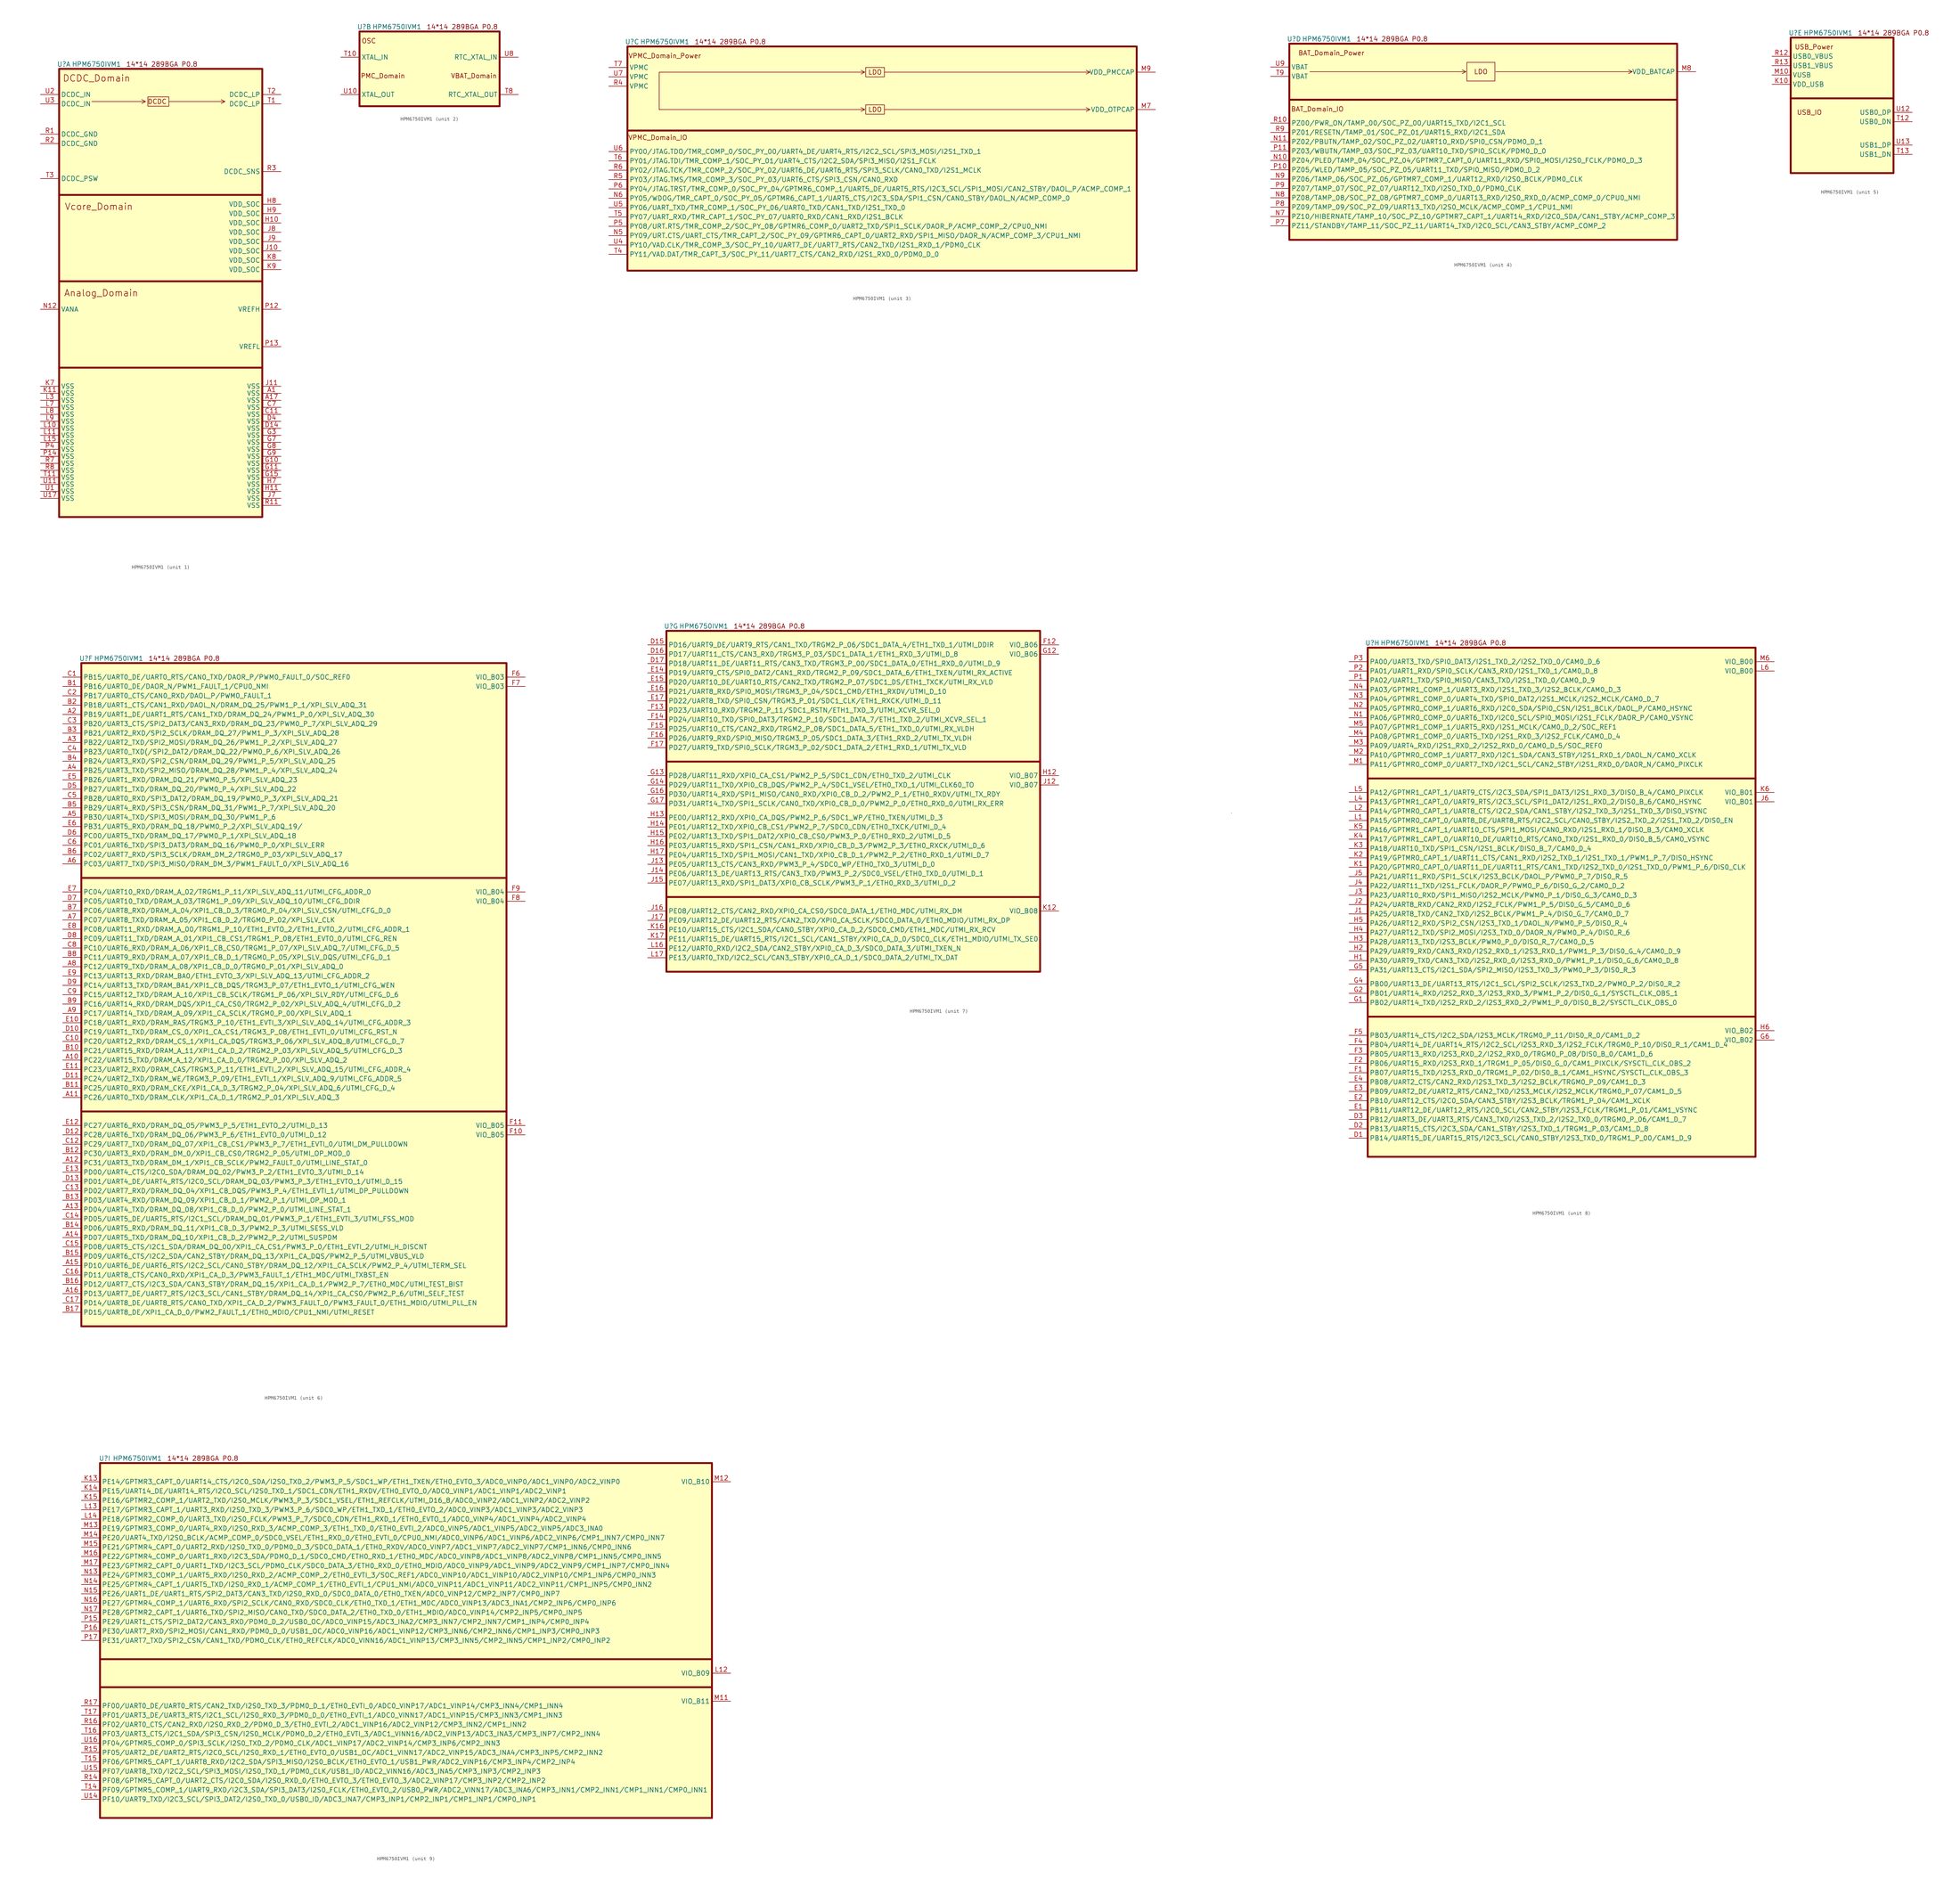
<source format=kicad_sym>
(kicad_symbol_lib
  (version 20220914)
  (generator kicad_symbol_editor)
  (symbol "HPM6750IVM1"
    (property "Reference" "U"
      (at 1.27 1.27 0)
      (effects (font (size 1.27 1.27))))
    (property "Value" "HPM6750IVM1"
      (at 10.16 1.27 0)
      (effects (font (size 1.27 1.27))))
    (property "ki_locked" ""
      (at 0 0 0)
      (effects (font (size 1.27 1.27))))
    (symbol "HPM6750IVM1_0_0"
      (text "14*14 289BGA P0.8" (at 27.94 1.27 0) (effects (font (size 1.27 1.27)))))
    (symbol "HPM6750IVM1_1_0"
      (polyline (pts (xy 8.89 -8.89) (xy 23.495 -8.89) (xy 22.479 -8.382) (xy 23.495 -8.89) (xy 22.479 -9.398)) (stroke (width 0) (type default)) (fill (type none)))
      (polyline (pts (xy 29.845 -8.89) (xy 45.085 -8.89) (xy 44.069 -8.382) (xy 45.085 -8.89) (xy 44.069 -9.398)) (stroke (width 0) (type default)) (fill (type none))))
    (symbol "HPM6750IVM1_1_1"
      (polyline (pts (xy 0 -81.28) (xy 55.245 -81.28)) (stroke (width 0.508) (type default)) (fill (type none)))
      (polyline (pts (xy 0 -57.785) (xy 55.245 -57.785)) (stroke (width 0.508) (type default)) (fill (type none)))
      (polyline (pts (xy 0 -34.29) (xy 55.245 -34.29)) (stroke (width 0.508) (type default)) (fill (type none)))
      (rectangle (start 0 0) (end 55.245 -121.92) (stroke (width 0.508) (type default)) (fill (type background)))
      (rectangle (start 24.13 -7.62) (end 29.845 -10.16) (stroke (width 0) (type default)) (fill (type none)))
      (text "Analog_Domain" (at 11.43 -60.96 0) (effects (font (size 1.778 1.778))))
      (text "DCDC" (at 26.67 -8.89 0) (effects (font (size 1.27 1.27))))
      (text "DCDC_Domain" (at 10.16 -2.54 0) (effects (font (size 1.778 1.778))))
      (text "Vcore_Domain" (at 10.795 -37.465 0) (effects (font (size 1.778 1.778))))
      (pin power_out line (at 60.325 -88.265 180) (length 5.08) (name "VSS" (effects (font (size 1.27 1.27)))) (number "A1" (effects (font (size 1.27 1.27)))))
      (pin power_out line (at 60.325 -90.17 180) (length 5.08) (name "VSS" (effects (font (size 1.27 1.27)))) (number "A17" (effects (font (size 1.27 1.27)))))
      (pin power_out line (at 60.325 -93.98 180) (length 5.08) (name "VSS" (effects (font (size 1.27 1.27)))) (number "C11" (effects (font (size 1.27 1.27)))))
      (pin power_out line (at 60.325 -92.075 180) (length 5.08) (name "VSS" (effects (font (size 1.27 1.27)))) (number "C7" (effects (font (size 1.27 1.27)))))
      (pin power_out line (at 60.325 -97.79 180) (length 5.08) (name "VSS" (effects (font (size 1.27 1.27)))) (number "D14" (effects (font (size 1.27 1.27)))))
      (pin power_out line (at 60.325 -95.885 180) (length 5.08) (name "VSS" (effects (font (size 1.27 1.27)))) (number "D4" (effects (font (size 1.27 1.27)))))
      (pin power_out line (at 60.325 -107.315 180) (length 5.08) (name "VSS" (effects (font (size 1.27 1.27)))) (number "G10" (effects (font (size 1.27 1.27)))))
      (pin power_out line (at 60.325 -109.22 180) (length 5.08) (name "VSS" (effects (font (size 1.27 1.27)))) (number "G11" (effects (font (size 1.27 1.27)))))
      (pin power_out line (at 60.325 -111.125 180) (length 5.08) (name "VSS" (effects (font (size 1.27 1.27)))) (number "G15" (effects (font (size 1.27 1.27)))))
      (pin power_out line (at 60.325 -99.695 180) (length 5.08) (name "VSS" (effects (font (size 1.27 1.27)))) (number "G3" (effects (font (size 1.27 1.27)))))
      (pin power_out line (at 60.325 -101.6 180) (length 5.08) (name "VSS" (effects (font (size 1.27 1.27)))) (number "G7" (effects (font (size 1.27 1.27)))))
      (pin power_out line (at 60.325 -103.505 180) (length 5.08) (name "VSS" (effects (font (size 1.27 1.27)))) (number "G8" (effects (font (size 1.27 1.27)))))
      (pin power_out line (at 60.325 -105.41 180) (length 5.08) (name "VSS" (effects (font (size 1.27 1.27)))) (number "G9" (effects (font (size 1.27 1.27)))))
      (pin power_in line (at 60.325 -41.91 180) (length 5.08) (name "VDD_SOC" (effects (font (size 1.27 1.27)))) (number "H10" (effects (font (size 1.27 1.27)))))
      (pin power_out line (at 60.325 -114.935 180) (length 5.08) (name "VSS" (effects (font (size 1.27 1.27)))) (number "H11" (effects (font (size 1.27 1.27)))))
      (pin power_out line (at 60.325 -113.03 180) (length 5.08) (name "VSS" (effects (font (size 1.27 1.27)))) (number "H7" (effects (font (size 1.27 1.27)))))
      (pin power_in line (at 60.325 -36.83 180) (length 5.08) (name "VDD_SOC" (effects (font (size 1.27 1.27)))) (number "H8" (effects (font (size 1.27 1.27)))))
      (pin power_in line (at 60.325 -39.37 180) (length 5.08) (name "VDD_SOC" (effects (font (size 1.27 1.27)))) (number "H9" (effects (font (size 1.27 1.27)))))
      (pin power_in line (at 60.325 -49.53 180) (length 5.08) (name "VDD_SOC" (effects (font (size 1.27 1.27)))) (number "J10" (effects (font (size 1.27 1.27)))))
      (pin power_out line (at 60.325 -86.36 180) (length 5.08) (name "VSS" (effects (font (size 1.27 1.27)))) (number "J11" (effects (font (size 1.27 1.27)))))
      (pin power_out line (at 60.325 -116.84 180) (length 5.08) (name "VSS" (effects (font (size 1.27 1.27)))) (number "J7" (effects (font (size 1.27 1.27)))))
      (pin power_in line (at 60.325 -44.45 180) (length 5.08) (name "VDD_SOC" (effects (font (size 1.27 1.27)))) (number "J8" (effects (font (size 1.27 1.27)))))
      (pin power_in line (at 60.325 -46.99 180) (length 5.08) (name "VDD_SOC" (effects (font (size 1.27 1.27)))) (number "J9" (effects (font (size 1.27 1.27)))))
      (pin power_out line (at -5.08 -88.265 0) (length 5.08) (name "VSS" (effects (font (size 1.27 1.27)))) (number "K11" (effects (font (size 1.27 1.27)))))
      (pin power_out line (at -5.08 -86.36 0) (length 5.08) (name "VSS" (effects (font (size 1.27 1.27)))) (number "K7" (effects (font (size 1.27 1.27)))))
      (pin power_in line (at 60.325 -52.07 180) (length 5.08) (name "VDD_SOC" (effects (font (size 1.27 1.27)))) (number "K8" (effects (font (size 1.27 1.27)))))
      (pin power_in line (at 60.325 -54.61 180) (length 5.08) (name "VDD_SOC" (effects (font (size 1.27 1.27)))) (number "K9" (effects (font (size 1.27 1.27)))))
      (pin power_out line (at -5.08 -97.79 0) (length 5.08) (name "VSS" (effects (font (size 1.27 1.27)))) (number "L10" (effects (font (size 1.27 1.27)))))
      (pin power_out line (at -5.08 -99.695 0) (length 5.08) (name "VSS" (effects (font (size 1.27 1.27)))) (number "L11" (effects (font (size 1.27 1.27)))))
      (pin power_out line (at -5.08 -101.6 0) (length 5.08) (name "VSS" (effects (font (size 1.27 1.27)))) (number "L15" (effects (font (size 1.27 1.27)))))
      (pin power_out line (at -5.08 -90.17 0) (length 5.08) (name "VSS" (effects (font (size 1.27 1.27)))) (number "L3" (effects (font (size 1.27 1.27)))))
      (pin power_out line (at -5.08 -92.075 0) (length 5.08) (name "VSS" (effects (font (size 1.27 1.27)))) (number "L7" (effects (font (size 1.27 1.27)))))
      (pin power_out line (at -5.08 -93.98 0) (length 5.08) (name "VSS" (effects (font (size 1.27 1.27)))) (number "L8" (effects (font (size 1.27 1.27)))))
      (pin power_out line (at -5.08 -95.885 0) (length 5.08) (name "VSS" (effects (font (size 1.27 1.27)))) (number "L9" (effects (font (size 1.27 1.27)))))
      (pin power_in line (at -5.08 -65.405 0) (length 5.08) (name "VANA" (effects (font (size 1.27 1.27)))) (number "N12" (effects (font (size 1.27 1.27)))))
      (pin power_in line (at 60.325 -65.405 180) (length 5.08) (name "VREFH" (effects (font (size 1.27 1.27)))) (number "P12" (effects (font (size 1.27 1.27)))))
      (pin power_out line (at 60.325 -75.565 180) (length 5.08) (name "VREFL" (effects (font (size 1.27 1.27)))) (number "P13" (effects (font (size 1.27 1.27)))))
      (pin power_out line (at -5.08 -105.41 0) (length 5.08) (name "VSS" (effects (font (size 1.27 1.27)))) (number "P14" (effects (font (size 1.27 1.27)))))
      (pin power_out line (at -5.08 -103.505 0) (length 5.08) (name "VSS" (effects (font (size 1.27 1.27)))) (number "P4" (effects (font (size 1.27 1.27)))))
      (pin power_out line (at -5.08 -17.78 0) (length 5.08) (name "DCDC_GND" (effects (font (size 1.27 1.27)))) (number "R1" (effects (font (size 1.27 1.27)))))
      (pin power_out line (at 60.325 -118.745 180) (length 5.08) (name "VSS" (effects (font (size 1.27 1.27)))) (number "R11" (effects (font (size 1.27 1.27)))))
      (pin power_out line (at -5.08 -20.32 0) (length 5.08) (name "DCDC_GND" (effects (font (size 1.27 1.27)))) (number "R2" (effects (font (size 1.27 1.27)))))
      (pin power_in line (at 60.325 -27.94 180) (length 5.08) (name "DCDC_SNS" (effects (font (size 1.27 1.27)))) (number "R3" (effects (font (size 1.27 1.27)))))
      (pin power_out line (at -5.08 -107.315 0) (length 5.08) (name "VSS" (effects (font (size 1.27 1.27)))) (number "R7" (effects (font (size 1.27 1.27)))))
      (pin power_out line (at -5.08 -109.22 0) (length 5.08) (name "VSS" (effects (font (size 1.27 1.27)))) (number "R8" (effects (font (size 1.27 1.27)))))
      (pin power_out line (at 60.325 -9.525 180) (length 5.08) (name "DCDC_LP" (effects (font (size 1.27 1.27)))) (number "T1" (effects (font (size 1.27 1.27)))))
      (pin power_out line (at -5.08 -111.125 0) (length 5.08) (name "VSS" (effects (font (size 1.27 1.27)))) (number "T11" (effects (font (size 1.27 1.27)))))
      (pin power_out line (at 60.325 -6.985 180) (length 5.08) (name "DCDC_LP" (effects (font (size 1.27 1.27)))) (number "T2" (effects (font (size 1.27 1.27)))))
      (pin power_in line (at -5.08 -29.845 0) (length 5.08) (name "DCDC_PSW" (effects (font (size 1.27 1.27)))) (number "T3" (effects (font (size 1.27 1.27)))))
      (pin power_out line (at -5.08 -114.935 0) (length 5.08) (name "VSS" (effects (font (size 1.27 1.27)))) (number "U1" (effects (font (size 1.27 1.27)))))
      (pin power_out line (at -5.08 -113.03 0) (length 5.08) (name "VSS" (effects (font (size 1.27 1.27)))) (number "U11" (effects (font (size 1.27 1.27)))))
      (pin power_out line (at -5.08 -116.84 0) (length 5.08) (name "VSS" (effects (font (size 1.27 1.27)))) (number "U17" (effects (font (size 1.27 1.27)))))
      (pin power_in line (at -5.08 -6.985 0) (length 5.08) (name "DCDC_IN" (effects (font (size 1.27 1.27)))) (number "U2" (effects (font (size 1.27 1.27)))))
      (pin power_in line (at -5.08 -9.525 0) (length 5.08) (name "DCDC_IN" (effects (font (size 1.27 1.27)))) (number "U3" (effects (font (size 1.27 1.27))))))
    (symbol "HPM6750IVM1_2_1"
      (rectangle (start 0 0) (end 38.1 -20.32) (stroke (width 0.508) (type default)) (fill (type background)))
      (text "OSC" (at 2.54 -2.54 0) (effects (font (size 1.27 1.27))))
      (text "PMC_Domain" (at 6.35 -12.065 0) (effects (font (size 1.27 1.27))))
      (text "VBAT_Domain" (at 31.115 -12.065 0) (effects (font (size 1.27 1.27))))
      (pin input line (at -5.08 -6.985 0) (length 5.08) (name "XTAL_IN" (effects (font (size 1.27 1.27)))) (number "T10" (effects (font (size 1.27 1.27)))))
      (pin output line (at 43.18 -17.145 180) (length 5.08) (name "RTC_XTAL_OUT" (effects (font (size 1.27 1.27)))) (number "T8" (effects (font (size 1.27 1.27)))))
      (pin output line (at -5.08 -17.145 0) (length 5.08) (name "XTAL_OUT" (effects (font (size 1.27 1.27)))) (number "U10" (effects (font (size 1.27 1.27)))))
      (pin input line (at 43.18 -6.985 180) (length 5.08) (name "RTC_XTAL_IN" (effects (font (size 1.27 1.27)))) (number "U8" (effects (font (size 1.27 1.27))))))
    (symbol "HPM6750IVM1_3_0"
      (polyline (pts (xy 8.636 -6.985) (xy 8.636 -17.145) (xy 8.89 -17.145)) (stroke (width 0) (type default)) (fill (type none)))
      (polyline (pts (xy 8.636 -17.145) (xy 64.516 -17.145) (xy 63.5 -16.637) (xy 64.516 -17.145) (xy 63.5 -17.653)) (stroke (width 0) (type default)) (fill (type none)))
      (polyline (pts (xy 8.636 -6.985) (xy 64.516 -6.985) (xy 63.5 -6.477) (xy 64.516 -6.985) (xy 63.5 -7.493)) (stroke (width 0) (type default)) (fill (type none)))
      (polyline (pts (xy 69.85 -17.145) (xy 125.73 -17.145) (xy 124.714 -16.637) (xy 125.73 -17.145) (xy 124.714 -17.653)) (stroke (width 0) (type default)) (fill (type none)))
      (polyline (pts (xy 69.85 -6.985) (xy 125.73 -6.985) (xy 124.714 -6.477) (xy 125.73 -6.985) (xy 124.714 -7.493)) (stroke (width 0) (type default)) (fill (type none))))
    (symbol "HPM6750IVM1_3_1"
      (polyline (pts (xy 0 -22.86) (xy 138.43 -22.86)) (stroke (width 0.508) (type default)) (fill (type none)))
      (rectangle (start 0 0) (end 138.43 -60.96) (stroke (width 0.508) (type default)) (fill (type background)))
      (rectangle (start 64.77 -15.875) (end 69.85 -18.415) (stroke (width 0) (type default)) (fill (type none)))
      (rectangle (start 64.77 -5.715) (end 69.85 -8.255) (stroke (width 0) (type default)) (fill (type none)))
      (text "LDO" (at 67.31 -17.145 0) (effects (font (size 1.27 1.27))))
      (text "LDO" (at 67.31 -6.985 0) (effects (font (size 1.27 1.27))))
      (text "VPMC_Domain_IO" (at 8.255 -24.765 0) (effects (font (size 1.27 1.27))))
      (text "VPMC_Domain_Power" (at 10.16 -2.54 0) (effects (font (size 1.27 1.27))))
      (pin power_out line (at 143.51 -17.145 180) (length 5.08) (name "VDD_OTPCAP" (effects (font (size 1.27 1.27)))) (number "M7" (effects (font (size 1.27 1.27)))))
      (pin power_out line (at 143.51 -6.985 180) (length 5.08) (name "VDD_PMCCAP" (effects (font (size 1.27 1.27)))) (number "M9" (effects (font (size 1.27 1.27)))))
      (pin bidirectional line (at -5.08 -51.435 0) (length 5.08) (name "PY09/URT.CTS/UART_CTS/TMR_CAPT_2/SOC_PY_09/GPTMR6_CAPT_0/UART2_RXD/SPI1_MISO/DAOR_N/ACMP_COMP_3/CPU1_NMI" (effects (font (size 1.27 1.27)))) (number "N5" (effects (font (size 1.27 1.27)))))
      (pin bidirectional line (at -5.08 -41.275 0) (length 5.08) (name "PY05/WDOG/TMR_CAPT_0/SOC_PY_05/GPTMR6_CAPT_1/UART5_CTS/I2C3_SDA/SPI1_CSN/CAN0_STBY/DAOL_N/ACMP_COMP_0" (effects (font (size 1.27 1.27)))) (number "N6" (effects (font (size 1.27 1.27)))))
      (pin bidirectional line (at -5.08 -48.895 0) (length 5.08) (name "PY08/URT.RTS/TMR_COMP_2/SOC_PY_08/GPTMR6_COMP_0/UART2_TXD/SPI1_SCLK/DAOR_P/ACMP_COMP_2/CPU0_NMI" (effects (font (size 1.27 1.27)))) (number "P5" (effects (font (size 1.27 1.27)))))
      (pin bidirectional line (at -5.08 -38.735 0) (length 5.08) (name "PY04/JTAG.TRST/TMR_COMP_0/SOC_PY_04/GPTMR6_COMP_1/UART5_DE/UART5_RTS/I2C3_SCL/SPI1_MOSI/CAN2_STBY/DAOL_P/ACMP_COMP_1" (effects (font (size 1.27 1.27)))) (number "P6" (effects (font (size 1.27 1.27)))))
      (pin power_in line (at -5.08 -10.795 0) (length 5.08) (name "VPMC" (effects (font (size 1.27 1.27)))) (number "R4" (effects (font (size 1.27 1.27)))))
      (pin bidirectional line (at -5.08 -36.195 0) (length 5.08) (name "PY03/JTAG.TMS/TMR_COMP_3/SOC_PY_03/UART6_CTS/SPI3_CSN/CAN0_RXD" (effects (font (size 1.27 1.27)))) (number "R5" (effects (font (size 1.27 1.27)))))
      (pin bidirectional line (at -5.08 -33.655 0) (length 5.08) (name "PY02/JTAG.TCK/TMR_COMP_2/SOC_PY_02/UART6_DE/UART6_RTS/SPI3_SCLK/CAN0_TXD/I2S1_MCLK" (effects (font (size 1.27 1.27)))) (number "R6" (effects (font (size 1.27 1.27)))))
      (pin bidirectional line (at -5.08 -56.515 0) (length 5.08) (name "PY11/VAD.DAT/TMR_CAPT_3/SOC_PY_11/UART7_CTS/CAN2_RXD/I2S1_RXD_0/PDM0_D_0" (effects (font (size 1.27 1.27)))) (number "T4" (effects (font (size 1.27 1.27)))))
      (pin bidirectional line (at -5.08 -46.355 0) (length 5.08) (name "PY07/UART_RXD/TMR_CAPT_1/SOC_PY_07/UART0_RXD/CAN1_RXD/I2S1_BCLK" (effects (font (size 1.27 1.27)))) (number "T5" (effects (font (size 1.27 1.27)))))
      (pin bidirectional line (at -5.08 -31.115 0) (length 5.08) (name "PY01/JTAG.TDI/TMR_COMP_1/SOC_PY_01/UART4_CTS/I2C2_SDA/SPI3_MISO/I2S1_FCLK" (effects (font (size 1.27 1.27)))) (number "T6" (effects (font (size 1.27 1.27)))))
      (pin power_in line (at -5.08 -5.715 0) (length 5.08) (name "VPMC" (effects (font (size 1.27 1.27)))) (number "T7" (effects (font (size 1.27 1.27)))))
      (pin bidirectional line (at -5.08 -53.975 0) (length 5.08) (name "PY10/VAD.CLK/TMR_COMP_3/SOC_PY_10/UART7_DE/UART7_RTS/CAN2_TXD/I2S1_RXD_1/PDM0_CLK" (effects (font (size 1.27 1.27)))) (number "U4" (effects (font (size 1.27 1.27)))))
      (pin bidirectional line (at -5.08 -43.815 0) (length 5.08) (name "PY06/UART_TXD/TMR_COMP_1/SOC_PY_06/UART0_TXD/CAN1_TXD/I2S1_TXD_0" (effects (font (size 1.27 1.27)))) (number "U5" (effects (font (size 1.27 1.27)))))
      (pin bidirectional line (at -5.08 -28.575 0) (length 5.08) (name "PY00/JTAG.TDO/TMR_COMP_0/SOC_PY_00/UART4_DE/UART4_RTS/I2C2_SCL/SPI3_MOSI/I2S1_TXD_1" (effects (font (size 1.27 1.27)))) (number "U6" (effects (font (size 1.27 1.27)))))
      (pin power_in line (at -5.08 -8.255 0) (length 5.08) (name "VPMC" (effects (font (size 1.27 1.27)))) (number "U7" (effects (font (size 1.27 1.27))))))
    (symbol "HPM6750IVM1_4_0"
      (polyline (pts (xy 0 -15.24) (xy 105.41 -15.24)) (stroke (width 0.508) (type default)) (fill (type none)))
      (polyline (pts (xy 5.588 -7.62) (xy 48.006 -7.62) (xy 46.99 -7.112) (xy 48.006 -7.62) (xy 46.99 -8.128)) (stroke (width 0) (type default)) (fill (type none)))
      (polyline (pts (xy 56.134 -7.62) (xy 93.218 -7.62) (xy 92.202 -7.112) (xy 93.218 -7.62) (xy 92.202 -8.128)) (stroke (width 0) (type default)) (fill (type none)))
      (rectangle (start 48.26 -5.08) (end 55.88 -10.16) (stroke (width 0) (type default)) (fill (type none))))
    (symbol "HPM6750IVM1_4_1"
      (rectangle (start 0 0) (end 105.41 -53.34) (stroke (width 0.508) (type default)) (fill (type background)))
      (text "BAT_Domain_IO" (at 7.62 -17.78 0) (effects (font (size 1.27 1.27))))
      (text "BAT_Domain_Power" (at 11.43 -2.54 0) (effects (font (size 1.27 1.27))))
      (text "LDO" (at 52.07 -7.62 0) (effects (font (size 1.27 1.27))))
      (pin power_out line (at 110.49 -7.62 180) (length 5.08) (name "VDD_BATCAP" (effects (font (size 1.27 1.27)))) (number "M8" (effects (font (size 1.27 1.27)))))
      (pin bidirectional line (at -5.08 -31.75 0) (length 5.08) (name "PZ04/PLED/TAMP_04/SOC_PZ_04/GPTMR7_CAPT_0/UART11_RXD/SPI0_MOSI/I2S0_FCLK/PDM0_D_3" (effects (font (size 1.27 1.27)))) (number "N10" (effects (font (size 1.27 1.27)))))
      (pin bidirectional line (at -5.08 -26.67 0) (length 5.08) (name "PZ02/PBUTN/TAMP_02/SOC_PZ_02/UART10_RXD/SPI0_CSN/PDM0_D_1" (effects (font (size 1.27 1.27)))) (number "N11" (effects (font (size 1.27 1.27)))))
      (pin bidirectional line (at -5.08 -46.99 0) (length 5.08) (name "PZ10/HIBERNATE/TAMP_10/SOC_PZ_10/GPTMR7_CAPT_1/UART14_RXD/I2C0_SDA/CAN1_STBY/ACMP_COMP_3" (effects (font (size 1.27 1.27)))) (number "N7" (effects (font (size 1.27 1.27)))))
      (pin bidirectional line (at -5.08 -41.91 0) (length 5.08) (name "PZ08/TAMP_08/SOC_PZ_08/GPTMR7_COMP_0/UART13_RXD/I2S0_RXD_0/ACMP_COMP_0/CPU0_NMI" (effects (font (size 1.27 1.27)))) (number "N8" (effects (font (size 1.27 1.27)))))
      (pin bidirectional line (at -5.08 -36.83 0) (length 5.08) (name "PZ06/TAMP_06/SOC_PZ_06/GPTMR7_COMP_1/UART12_RXD/I2S0_BCLK/PDM0_CLK" (effects (font (size 1.27 1.27)))) (number "N9" (effects (font (size 1.27 1.27)))))
      (pin bidirectional line (at -5.08 -34.29 0) (length 5.08) (name "PZ05/WLED/TAMP_05/SOC_PZ_05/UART11_TXD/SPI0_MISO/PDM0_D_2" (effects (font (size 1.27 1.27)))) (number "P10" (effects (font (size 1.27 1.27)))))
      (pin bidirectional line (at -5.08 -29.21 0) (length 5.08) (name "PZ03/WBUTN/TAMP_03/SOC_PZ_03/UART10_TXD/SPI0_SCLK/PDM0_D_0" (effects (font (size 1.27 1.27)))) (number "P11" (effects (font (size 1.27 1.27)))))
      (pin bidirectional line (at -5.08 -49.53 0) (length 5.08) (name "PZ11/STANDBY/TAMP_11/SOC_PZ_11/UART14_TXD/I2C0_SCL/CAN3_STBY/ACMP_COMP_2" (effects (font (size 1.27 1.27)))) (number "P7" (effects (font (size 1.27 1.27)))))
      (pin bidirectional line (at -5.08 -44.45 0) (length 5.08) (name "PZ09/TAMP_09/SOC_PZ_09/UART13_TXD/I2S0_MCLK/ACMP_COMP_1/CPU1_NMI" (effects (font (size 1.27 1.27)))) (number "P8" (effects (font (size 1.27 1.27)))))
      (pin bidirectional line (at -5.08 -39.37 0) (length 5.08) (name "PZ07/TAMP_07/SOC_PZ_07/UART12_TXD/I2S0_TXD_0/PDM0_CLK" (effects (font (size 1.27 1.27)))) (number "P9" (effects (font (size 1.27 1.27)))))
      (pin bidirectional line (at -5.08 -21.59 0) (length 5.08) (name "PZ00/PWR_ON/TAMP_00/SOC_PZ_00/UART15_TXD/I2C1_SCL" (effects (font (size 1.27 1.27)))) (number "R10" (effects (font (size 1.27 1.27)))))
      (pin bidirectional line (at -5.08 -24.13 0) (length 5.08) (name "PZ01/RESETN/TAMP_01/SOC_PZ_01/UART15_RXD/I2C1_SDA" (effects (font (size 1.27 1.27)))) (number "R9" (effects (font (size 1.27 1.27)))))
      (pin power_in line (at -5.08 -8.89 0) (length 5.08) (name "VBAT" (effects (font (size 1.27 1.27)))) (number "T9" (effects (font (size 1.27 1.27)))))
      (pin power_in line (at -5.08 -6.35 0) (length 5.08) (name "VBAT" (effects (font (size 1.27 1.27)))) (number "U9" (effects (font (size 1.27 1.27))))))
    (symbol "HPM6750IVM1_5_1"
      (polyline (pts (xy 0 -16.51) (xy 27.94 -16.51)) (stroke (width 0.508) (type default)) (fill (type none)))
      (polyline (pts (xy 25.4 -16.51) (xy 26.67 -16.51)) (stroke (width 0) (type default)) (fill (type none)))
      (rectangle (start 0 0) (end 27.94 -36.83) (stroke (width 0.508) (type default)) (fill (type background)))
      (text "USB_IO" (at 5.08 -20.32 0) (effects (font (size 1.27 1.27))))
      (text "USB_Power" (at 6.35 -2.54 0) (effects (font (size 1.27 1.27))))
      (pin power_out line (at -5.08 -12.7 0) (length 5.08) (name "VDD_USB" (effects (font (size 1.27 1.27)))) (number "K10" (effects (font (size 1.27 1.27)))))
      (pin power_in line (at -5.08 -10.16 0) (length 5.08) (name "VUSB" (effects (font (size 1.27 1.27)))) (number "M10" (effects (font (size 1.27 1.27)))))
      (pin power_in line (at -5.08 -5.08 0) (length 5.08) (name "USB0_VBUS" (effects (font (size 1.27 1.27)))) (number "R12" (effects (font (size 1.27 1.27)))))
      (pin power_in line (at -5.08 -7.62 0) (length 5.08) (name "USB1_VBUS" (effects (font (size 1.27 1.27)))) (number "R13" (effects (font (size 1.27 1.27)))))
      (pin bidirectional line (at 33.02 -22.86 180) (length 5.08) (name "USB0_DN" (effects (font (size 1.27 1.27)))) (number "T12" (effects (font (size 1.27 1.27)))))
      (pin bidirectional line (at 33.02 -31.75 180) (length 5.08) (name "USB1_DN" (effects (font (size 1.27 1.27)))) (number "T13" (effects (font (size 1.27 1.27)))))
      (pin bidirectional line (at 33.02 -20.32 180) (length 5.08) (name "USB0_DP" (effects (font (size 1.27 1.27)))) (number "U12" (effects (font (size 1.27 1.27)))))
      (pin bidirectional line (at 33.02 -29.21 180) (length 5.08) (name "USB1_DP" (effects (font (size 1.27 1.27)))) (number "U13" (effects (font (size 1.27 1.27))))))
    (symbol "HPM6750IVM1_6_1"
      (polyline (pts (xy 0 -121.92) (xy 115.57 -121.92)) (stroke (width 0.508) (type default)) (fill (type background)))
      (polyline (pts (xy 0 -58.42) (xy 115.57 -58.42)) (stroke (width 0.508) (type default)) (fill (type background)))
      (rectangle (start 0 0) (end 115.57 -180.34) (stroke (width 0.508) (type default)) (fill (type background)))
      (pin bidirectional line (at -5.08 -107.95 0) (length 5.08) (name "PC22/UART15_TXD/DRAM_A_12/XPI1_CA_D_0/TRGM2_P_00/XPI_SLV_ADQ_2" (effects (font (size 1.27 1.27)))) (number "A10" (effects (font (size 1.27 1.27)))))
      (pin bidirectional line (at -5.08 -118.11 0) (length 5.08) (name "PC26/UART0_TXD/DRAM_CLK/XPI1_CA_D_1/TRGM2_P_01/XPI_SLV_ADQ_3" (effects (font (size 1.27 1.27)))) (number "A11" (effects (font (size 1.27 1.27)))))
      (pin bidirectional line (at -5.08 -135.89 0) (length 5.08) (name "PC31/UART3_TXD/DRAM_DM_1/XPI1_CB_SCLK/PWM2_FAULT_0/UTMI_LINE_STAT_0" (effects (font (size 1.27 1.27)))) (number "A12" (effects (font (size 1.27 1.27)))))
      (pin bidirectional line (at -5.08 -148.59 0) (length 5.08) (name "PD04/UART4_TXD/DRAM_DQ_08/XPI1_CB_D_0/PWM2_P_0/UTMI_LINE_STAT_1" (effects (font (size 1.27 1.27)))) (number "A13" (effects (font (size 1.27 1.27)))))
      (pin bidirectional line (at -5.08 -156.21 0) (length 5.08) (name "PD07/UART5_TXD/DRAM_DQ_10/XPI1_CB_D_2/PWM2_P_2/UTMI_SUSPDM" (effects (font (size 1.27 1.27)))) (number "A14" (effects (font (size 1.27 1.27)))))
      (pin bidirectional line (at -5.08 -163.83 0) (length 5.08) (name "PD10/UART6_DE/UART6_RTS/I2C2_SCL/CAN0_STBY/DRAM_DQ_12/XPI1_CA_SCLK/PWM2_P_4/UTMI_TERM_SEL" (effects (font (size 1.27 1.27)))) (number "A15" (effects (font (size 1.27 1.27)))))
      (pin bidirectional line (at -5.08 -171.45 0) (length 5.08) (name "PD13/UART7_DE/UART7_RTS/I2C3_SCL/CAN1_STBY/DRAM_DQ_14/XPI1_CA_CS0/PWM2_P_6/UTMI_SELF_TEST" (effects (font (size 1.27 1.27)))) (number "A16" (effects (font (size 1.27 1.27)))))
      (pin bidirectional line (at -5.08 -13.97 0) (length 5.08) (name "PB19/UART1_DE/UART1_RTS/CAN1_TXD/DRAM_DQ_24/PWM1_P_0/XPI_SLV_ADQ_30" (effects (font (size 1.27 1.27)))) (number "A2" (effects (font (size 1.27 1.27)))))
      (pin bidirectional line (at -5.08 -21.59 0) (length 5.08) (name "PB22/UART2_TXD/SPI2_MOSI/DRAM_DQ_26/PWM1_P_2/XPI_SLV_ADQ_27" (effects (font (size 1.27 1.27)))) (number "A3" (effects (font (size 1.27 1.27)))))
      (pin bidirectional line (at -5.08 -29.21 0) (length 5.08) (name "PB25/UART3_TXD/SPI2_MISO/DRAM_DQ_28/PWM1_P_4/XPI_SLV_ADQ_24" (effects (font (size 1.27 1.27)))) (number "A4" (effects (font (size 1.27 1.27)))))
      (pin bidirectional line (at -5.08 -41.91 0) (length 5.08) (name "PB30/UART4_TXD/SPI3_MOSI/DRAM_DQ_30/PWM1_P_6" (effects (font (size 1.27 1.27)))) (number "A5" (effects (font (size 1.27 1.27)))))
      (pin bidirectional line (at -5.08 -54.61 0) (length 5.08) (name "PC03/UART7_TXD/SPI3_MISO/DRAM_DM_3/PWM1_FAULT_0/XPI_SLV_ADQ_16" (effects (font (size 1.27 1.27)))) (number "A6" (effects (font (size 1.27 1.27)))))
      (pin bidirectional line (at -5.08 -69.85 0) (length 5.08) (name "PC07/UART8_TXD/DRAM_A_05/XPI1_CB_D_2/TRGM0_P_02/XPI_SLV_CLK" (effects (font (size 1.27 1.27)))) (number "A7" (effects (font (size 1.27 1.27)))))
      (pin bidirectional line (at -5.08 -82.55 0) (length 5.08) (name "PC12/UART9_TXD/DRAM_A_08/XPI1_CB_D_0/TRGM0_P_01/XPI_SLV_ADQ_0" (effects (font (size 1.27 1.27)))) (number "A8" (effects (font (size 1.27 1.27)))))
      (pin bidirectional line (at -5.08 -95.25 0) (length 5.08) (name "PC17/UART14_TXD/DRAM_A_09/XPI1_CA_SCLK/TRGM0_P_00/XPI_SLV_ADQ_1" (effects (font (size 1.27 1.27)))) (number "A9" (effects (font (size 1.27 1.27)))))
      (pin bidirectional line (at -5.08 -6.35 0) (length 5.08) (name "PB16/UART0_DE/DAOR_N/PWM1_FAULT_1/CPU0_NMI" (effects (font (size 1.27 1.27)))) (number "B1" (effects (font (size 1.27 1.27)))))
      (pin bidirectional line (at -5.08 -105.41 0) (length 5.08) (name "PC21/UART15_RXD/DRAM_A_11/XPI1_CA_D_2/TRGM2_P_03/XPI_SLV_ADQ_5/UTMI_CFG_D_3" (effects (font (size 1.27 1.27)))) (number "B10" (effects (font (size 1.27 1.27)))))
      (pin bidirectional line (at -5.08 -115.57 0) (length 5.08) (name "PC25/UART0_RXD/DRAM_CKE/XPI1_CA_D_3/TRGM2_P_04/XPI_SLV_ADQ_6/UTMI_CFG_D_4" (effects (font (size 1.27 1.27)))) (number "B11" (effects (font (size 1.27 1.27)))))
      (pin bidirectional line (at -5.08 -133.35 0) (length 5.08) (name "PC30/UART3_RXD/DRAM_DM_0/XPI1_CB_CS0/TRGM2_P_05/UTMI_OP_MOD_0" (effects (font (size 1.27 1.27)))) (number "B12" (effects (font (size 1.27 1.27)))))
      (pin bidirectional line (at -5.08 -146.05 0) (length 5.08) (name "PD03/UART4_RXD/DRAM_DQ_09/XPI1_CB_D_1/PWM2_P_1/UTMI_OP_MOD_1" (effects (font (size 1.27 1.27)))) (number "B13" (effects (font (size 1.27 1.27)))))
      (pin bidirectional line (at -5.08 -153.67 0) (length 5.08) (name "PD06/UART5_RXD/DRAM_DQ_11/XPI1_CB_D_3/PWM2_P_3/UTMI_SESS_VLD" (effects (font (size 1.27 1.27)))) (number "B14" (effects (font (size 1.27 1.27)))))
      (pin bidirectional line (at -5.08 -161.29 0) (length 5.08) (name "PD09/UART6_CTS/I2C2_SDA/CAN2_STBY/DRAM_DQ_13/XPI1_CA_DQS/PWM2_P_5/UTMI_VBUS_VLD" (effects (font (size 1.27 1.27)))) (number "B15" (effects (font (size 1.27 1.27)))))
      (pin bidirectional line (at -5.08 -168.91 0) (length 5.08) (name "PD12/UART7_CTS/I2C3_SDA/CAN3_STBY/DRAM_DQ_15/XPI1_CA_D_1/PWM2_P_7/ETH0_MDC/UTMI_TEST_BIST" (effects (font (size 1.27 1.27)))) (number "B16" (effects (font (size 1.27 1.27)))))
      (pin bidirectional line (at -5.08 -176.53 0) (length 5.08) (name "PD15/UART8_DE/XPI1_CA_D_0/PWM2_FAULT_1/ETH0_MDIO/CPU1_NMI/UTMI_RESET" (effects (font (size 1.27 1.27)))) (number "B17" (effects (font (size 1.27 1.27)))))
      (pin bidirectional line (at -5.08 -11.43 0) (length 5.08) (name "PB18/UART1_CTS/CAN1_RXD/DAOL_N/DRAM_DQ_25/PWM1_P_1/XPI_SLV_ADQ_31" (effects (font (size 1.27 1.27)))) (number "B2" (effects (font (size 1.27 1.27)))))
      (pin bidirectional line (at -5.08 -19.05 0) (length 5.08) (name "PB21/UART2_RXD/SPI2_SCLK/DRAM_DQ_27/PWM1_P_3/XPI_SLV_ADQ_28" (effects (font (size 1.27 1.27)))) (number "B3" (effects (font (size 1.27 1.27)))))
      (pin bidirectional line (at -5.08 -26.67 0) (length 5.08) (name "PB24/UART3_RXD/SPI2_CSN/DRAM_DQ_29/PWM1_P_5/XPI_SLV_ADQ_25" (effects (font (size 1.27 1.27)))) (number "B4" (effects (font (size 1.27 1.27)))))
      (pin bidirectional line (at -5.08 -39.37 0) (length 5.08) (name "PB29/UART4_RXD/SPI3_CSN/DRAM_DQ_31/PWM1_P_7/XPI_SLV_ADQ_20" (effects (font (size 1.27 1.27)))) (number "B5" (effects (font (size 1.27 1.27)))))
      (pin bidirectional line (at -5.08 -52.07 0) (length 5.08) (name "PC02/UART7_RXD/SPI3_SCLK/DRAM_DM_2/TRGM0_P_03/XPI_SLV_ADQ_17" (effects (font (size 1.27 1.27)))) (number "B6" (effects (font (size 1.27 1.27)))))
      (pin bidirectional line (at -5.08 -67.31 0) (length 5.08) (name "PC06/UART8_RXD/DRAM_A_04/XPI1_CB_D_3/TRGM0_P_04/XPI_SLV_CSN/UTMI_CFG_D_0" (effects (font (size 1.27 1.27)))) (number "B7" (effects (font (size 1.27 1.27)))))
      (pin bidirectional line (at -5.08 -80.01 0) (length 5.08) (name "PC11/UART9_RXD/DRAM_A_07/XPI1_CB_D_1/TRGM0_P_05/XPI_SLV_DQS/UTMI_CFG_D_1" (effects (font (size 1.27 1.27)))) (number "B8" (effects (font (size 1.27 1.27)))))
      (pin bidirectional line (at -5.08 -92.71 0) (length 5.08) (name "PC16/UART14_RXD/DRAM_DQS/XPI1_CA_CS0/TRGM2_P_02/XPI_SLV_ADQ_4/UTMI_CFG_D_2" (effects (font (size 1.27 1.27)))) (number "B9" (effects (font (size 1.27 1.27)))))
      (pin bidirectional line (at -5.08 -3.81 0) (length 5.08) (name "PB15/UART0_DE/UART0_RTS/CAN0_TXD/DAOR_P/PWM0_FAULT_0/SOC_REF0" (effects (font (size 1.27 1.27)))) (number "C1" (effects (font (size 1.27 1.27)))))
      (pin bidirectional line (at -5.08 -102.87 0) (length 5.08) (name "PC20/UART12_RXD/DRAM_CS_1/XPI1_CA_DQS/TRGM3_P_06/XPI_SLV_ADQ_8/UTMI_CFG_D_7" (effects (font (size 1.27 1.27)))) (number "C10" (effects (font (size 1.27 1.27)))))
      (pin bidirectional line (at -5.08 -130.81 0) (length 5.08) (name "PC29/UART7_TXD/DRAM_DQ_07/XPI1_CB_CS1/PWM3_P_7/ETH1_EVTI_0/UTMI_DM_PULLDOWN" (effects (font (size 1.27 1.27)))) (number "C12" (effects (font (size 1.27 1.27)))))
      (pin bidirectional line (at -5.08 -143.51 0) (length 5.08) (name "PD02/UART7_RXD/DRAM_DQ_04/XPI1_CB_DQS/PWM3_P_4/ETH1_EVTI_1/UTMI_DP_PULLDOWN" (effects (font (size 1.27 1.27)))) (number "C13" (effects (font (size 1.27 1.27)))))
      (pin bidirectional line (at -5.08 -151.13 0) (length 5.08) (name "PD05/UART5_DE/UART5_RTS/I2C1_SCL/DRAM_DQ_01/PWM3_P_1/ETH1_EVTI_3/UTMI_FSS_MOD" (effects (font (size 1.27 1.27)))) (number "C14" (effects (font (size 1.27 1.27)))))
      (pin bidirectional line (at -5.08 -158.75 0) (length 5.08) (name "PD08/UART5_CTS/I2C1_SDA/DRAM_DQ_00/XPI1_CA_CS1/PWM3_P_0/ETH1_EVTI_2/UTMI_H_DISCNT" (effects (font (size 1.27 1.27)))) (number "C15" (effects (font (size 1.27 1.27)))))
      (pin bidirectional line (at -5.08 -166.37 0) (length 5.08) (name "PD11/UART8_CTS/CAN0_RXD/XPI1_CA_D_3/PWM3_FAULT_1/ETH1_MDC/UTMI_TXBST_EN" (effects (font (size 1.27 1.27)))) (number "C16" (effects (font (size 1.27 1.27)))))
      (pin bidirectional line (at -5.08 -173.99 0) (length 5.08) (name "PD14/UART8_DE/UART8_RTS/CAN0_TXD/XPI1_CA_D_2/PWM3_FAULT_0/PWM3_FAULT_0/ETH1_MDIO/UTMI_PLL_EN" (effects (font (size 1.27 1.27)))) (number "C17" (effects (font (size 1.27 1.27)))))
      (pin bidirectional line (at -5.08 -8.89 0) (length 5.08) (name "PB17/UART0_CTS/CAN0_RXD/DAOL_P/PWM0_FAULT_1" (effects (font (size 1.27 1.27)))) (number "C2" (effects (font (size 1.27 1.27)))))
      (pin bidirectional line (at -5.08 -16.51 0) (length 5.08) (name "PB20/UART3_CTS/SPI2_DAT3/CAN3_RXD/DRAM_DQ_23/PWM0_P_7/XPI_SLV_ADQ_29" (effects (font (size 1.27 1.27)))) (number "C3" (effects (font (size 1.27 1.27)))))
      (pin bidirectional line (at -5.08 -24.13 0) (length 5.08) (name "PB23/UART0_TXD(/SPI2_DAT2/DRAM_DQ_22/PWM0_P_6/XPI_SLV_ADQ_26" (effects (font (size 1.27 1.27)))) (number "C4" (effects (font (size 1.27 1.27)))))
      (pin bidirectional line (at -5.08 -36.83 0) (length 5.08) (name "PB28/UART0_RXD/SPI3_DAT2/DRAM_DQ_19/PWM0_P_3/XPI_SLV_ADQ_21" (effects (font (size 1.27 1.27)))) (number "C5" (effects (font (size 1.27 1.27)))))
      (pin bidirectional line (at -5.08 -49.53 0) (length 5.08) (name "PC01/UART6_TXD/SPI3_DAT3/DRAM_DQ_16/PWM0_P_0/XPI_SLV_ERR" (effects (font (size 1.27 1.27)))) (number "C6" (effects (font (size 1.27 1.27)))))
      (pin bidirectional line (at -5.08 -77.47 0) (length 5.08) (name "PC10/UART6_RXD/DRAM_A_06/XPI1_CB_CS0/TRGM1_P_07/XPI_SLV_ADQ_7/UTMI_CFG_D_5" (effects (font (size 1.27 1.27)))) (number "C8" (effects (font (size 1.27 1.27)))))
      (pin bidirectional line (at -5.08 -90.17 0) (length 5.08) (name "PC15/UART12_TXD/DRAM_A_10/XPI1_CB_SCLK/TRGM1_P_06/XPI_SLV_RDY/UTMI_CFG_D_6" (effects (font (size 1.27 1.27)))) (number "C9" (effects (font (size 1.27 1.27)))))
      (pin bidirectional line (at -5.08 -100.33 0) (length 5.08) (name "PC19/UART1_TXD/DRAM_CS_0/XPI1_CA_CS1/TRGM3_P_08/ETH1_EVTI_0/UTMI_CFG_RST_N" (effects (font (size 1.27 1.27)))) (number "D10" (effects (font (size 1.27 1.27)))))
      (pin bidirectional line (at -5.08 -113.03 0) (length 5.08) (name "PC24/UART2_TXD/DRAM_WE/TRGM3_P_09/ETH1_EVTI_1/XPI_SLV_ADQ_9/UTMI_CFG_ADDR_5" (effects (font (size 1.27 1.27)))) (number "D11" (effects (font (size 1.27 1.27)))))
      (pin bidirectional line (at -5.08 -128.27 0) (length 5.08) (name "PC28/UART6_TXD/DRAM_DQ_06/PWM3_P_6/ETH1_EVTO_0/UTMI_D_12" (effects (font (size 1.27 1.27)))) (number "D12" (effects (font (size 1.27 1.27)))))
      (pin bidirectional line (at -5.08 -140.97 0) (length 5.08) (name "PD01/UART4_DE/UART4_RTS/I2C0_SCL/DRAM_DQ_03/PWM3_P_3/ETH1_EVTO_1/UTMI_D_15" (effects (font (size 1.27 1.27)))) (number "D13" (effects (font (size 1.27 1.27)))))
      (pin bidirectional line (at -5.08 -34.29 0) (length 5.08) (name "PB27/UART1_TXD/DRAM_DQ_20/PWM0_P_4/XPI_SLV_ADQ_22" (effects (font (size 1.27 1.27)))) (number "D5" (effects (font (size 1.27 1.27)))))
      (pin bidirectional line (at -5.08 -46.99 0) (length 5.08) (name "PC00/UART5_TXD/DRAM_DQ_17/PWM0_P_1/XPI_SLV_ADQ_18" (effects (font (size 1.27 1.27)))) (number "D6" (effects (font (size 1.27 1.27)))))
      (pin bidirectional line (at -5.08 -64.77 0) (length 5.08) (name "PC05/UART10_TXD/DRAM_A_03/TRGM1_P_09/XPI_SLV_ADQ_10/UTMI_CFG_DDIR" (effects (font (size 1.27 1.27)))) (number "D7" (effects (font (size 1.27 1.27)))))
      (pin bidirectional line (at -5.08 -74.93 0) (length 5.08) (name "PC09/UART11_TXD/DRAM_A_01/XPI1_CB_CS1/TRGM1_P_08/ETH1_EVTO_0/UTMI_CFG_REN" (effects (font (size 1.27 1.27)))) (number "D8" (effects (font (size 1.27 1.27)))))
      (pin bidirectional line (at -5.08 -87.63 0) (length 5.08) (name "PC14/UART13_TXD/DRAM_BA1/XPI1_CB_DQS/TRGM3_P_07/ETH1_EVTO_1/UTMI_CFG_WEN" (effects (font (size 1.27 1.27)))) (number "D9" (effects (font (size 1.27 1.27)))))
      (pin bidirectional line (at -5.08 -97.79 0) (length 5.08) (name "PC18/UART1_RXD/DRAM_RAS/TRGM3_P_10/ETH1_EVTI_3/XPI_SLV_ADQ_14/UTMI_CFG_ADDR_3" (effects (font (size 1.27 1.27)))) (number "E10" (effects (font (size 1.27 1.27)))))
      (pin bidirectional line (at -5.08 -110.49 0) (length 5.08) (name "PC23/UART2_RXD/DRAM_CAS/TRGM3_P_11/ETH1_EVTI_2/XPI_SLV_ADQ_15/UTMI_CFG_ADDR_4" (effects (font (size 1.27 1.27)))) (number "E11" (effects (font (size 1.27 1.27)))))
      (pin bidirectional line (at -5.08 -125.73 0) (length 5.08) (name "PC27/UART6_RXD/DRAM_DQ_05/PWM3_P_5/ETH1_EVTO_2/UTMI_D_13" (effects (font (size 1.27 1.27)))) (number "E12" (effects (font (size 1.27 1.27)))))
      (pin bidirectional line (at -5.08 -138.43 0) (length 5.08) (name "PD00/UART4_CTS/I2C0_SDA/DRAM_DQ_02/PWM3_P_2/ETH1_EVTO_3/UTMI_D_14" (effects (font (size 1.27 1.27)))) (number "E13" (effects (font (size 1.27 1.27)))))
      (pin bidirectional line (at -5.08 -31.75 0) (length 5.08) (name "PB26/UART1_RXD/DRAM_DQ_21/PWM0_P_5/XPI_SLV_ADQ_23" (effects (font (size 1.27 1.27)))) (number "E5" (effects (font (size 1.27 1.27)))))
      (pin bidirectional line (at -5.08 -44.45 0) (length 5.08) (name "PB31/UART5_RXD/DRAM_DQ_18/PWM0_P_2/XPI_SLV_ADQ_19/" (effects (font (size 1.27 1.27)))) (number "E6" (effects (font (size 1.27 1.27)))))
      (pin bidirectional line (at -5.08 -62.23 0) (length 5.08) (name "PC04/UART10_RXD/DRAM_A_02/TRGM1_P_11/XPI_SLV_ADQ_11/UTMI_CFG_ADDR_0" (effects (font (size 1.27 1.27)))) (number "E7" (effects (font (size 1.27 1.27)))))
      (pin bidirectional line (at -5.08 -72.39 0) (length 5.08) (name "PC08/UART11_RXD/DRAM_A_00/TRGM1_P_10/ETH1_EVTO_2/ETH1_EVTO_2/UTMI_CFG_ADDR_1" (effects (font (size 1.27 1.27)))) (number "E8" (effects (font (size 1.27 1.27)))))
      (pin bidirectional line (at -5.08 -85.09 0) (length 5.08) (name "PC13/UART13_RXD/DRAM_BA0/ETH1_EVTO_3/XPI_SLV_ADQ_13/UTMI_CFG_ADDR_2" (effects (font (size 1.27 1.27)))) (number "E9" (effects (font (size 1.27 1.27)))))
      (pin power_in line (at 120.65 -128.27 180) (length 5.08) (name "VIO_B05" (effects (font (size 1.27 1.27)))) (number "F10" (effects (font (size 1.27 1.27)))))
      (pin power_in line (at 120.65 -125.73 180) (length 5.08) (name "VIO_B05" (effects (font (size 1.27 1.27)))) (number "F11" (effects (font (size 1.27 1.27)))))
      (pin power_in line (at 120.65 -3.81 180) (length 5.08) (name "VIO_B03" (effects (font (size 1.27 1.27)))) (number "F6" (effects (font (size 1.27 1.27)))))
      (pin power_in line (at 120.65 -6.35 180) (length 5.08) (name "VIO_B03" (effects (font (size 1.27 1.27)))) (number "F7" (effects (font (size 1.27 1.27)))))
      (pin power_in line (at 120.65 -64.77 180) (length 5.08) (name "VIO_B04" (effects (font (size 1.27 1.27)))) (number "F8" (effects (font (size 1.27 1.27)))))
      (pin power_in line (at 120.65 -62.23 180) (length 5.08) (name "VIO_B04" (effects (font (size 1.27 1.27)))) (number "F9" (effects (font (size 1.27 1.27))))))
    (symbol "HPM6750IVM1_7_1"
      (polyline (pts (xy 0 -72.39) (xy 101.6 -72.39)) (stroke (width 0.508) (type default)) (fill (type none)))
      (polyline (pts (xy 0 -35.56) (xy 101.6 -35.56)) (stroke (width 0.508) (type default)) (fill (type none)))
      (polyline (pts (xy 153.67 -49.53) (xy 153.67 -49.53)) (stroke (width 0) (type default)) (fill (type none)))
      (rectangle (start 0 0) (end 101.6 -92.71) (stroke (width 0.508) (type default)) (fill (type background)))
      (pin bidirectional line (at -5.08 -3.81 0) (length 5.08) (name "PD16/UART9_DE/UART9_RTS/CAN1_TXD/TRGM2_P_06/SDC1_DATA_4/ETH1_TXD_1/UTMI_DDIR" (effects (font (size 1.27 1.27)))) (number "D15" (effects (font (size 1.27 1.27)))))
      (pin bidirectional line (at -5.08 -6.35 0) (length 5.08) (name "PD17/UART11_CTS/CAN3_RXD/TRGM3_P_03/SDC1_DATA_1/ETH1_RXD_3/UTMI_D_8" (effects (font (size 1.27 1.27)))) (number "D16" (effects (font (size 1.27 1.27)))))
      (pin bidirectional line (at -5.08 -8.89 0) (length 5.08) (name "PD18/UART11_DE/UART11_RTS/CAN3_TXD/TRGM3_P_00/SDC1_DATA_0/ETH1_RXD_0/UTMI_D_9" (effects (font (size 1.27 1.27)))) (number "D17" (effects (font (size 1.27 1.27)))))
      (pin bidirectional line (at -5.08 -11.43 0) (length 5.08) (name "PD19/UART9_CTS/SPI0_DAT2/CAN1_RXD/TRGM2_P_09/SDC1_DATA_6/ETH1_TXEN/UTMI_RX_ACTIVE" (effects (font (size 1.27 1.27)))) (number "E14" (effects (font (size 1.27 1.27)))))
      (pin bidirectional line (at -5.08 -13.97 0) (length 5.08) (name "PD20/UART10_DE/UART10_RTS/CAN2_TXD/TRGM2_P_07/SDC1_DS/ETH1_TXCK/UTMI_RX_VLD" (effects (font (size 1.27 1.27)))) (number "E15" (effects (font (size 1.27 1.27)))))
      (pin bidirectional line (at -5.08 -16.51 0) (length 5.08) (name "PD21/UART8_RXD/SPI0_MOSI/TRGM3_P_04/SDC1_CMD/ETH1_RXDV/UTMI_D_10" (effects (font (size 1.27 1.27)))) (number "E16" (effects (font (size 1.27 1.27)))))
      (pin bidirectional line (at -5.08 -19.05 0) (length 5.08) (name "PD22/UART8_TXD/SPI0_CSN/TRGM3_P_01/SDC1_CLK/ETH1_RXCK/UTMI_D_11" (effects (font (size 1.27 1.27)))) (number "E17" (effects (font (size 1.27 1.27)))))
      (pin power_in line (at 106.68 -3.81 180) (length 5.08) (name "VIO_B06" (effects (font (size 1.27 1.27)))) (number "F12" (effects (font (size 1.27 1.27)))))
      (pin bidirectional line (at -5.08 -21.59 0) (length 5.08) (name "PD23/UART10_RXD/TRGM2_P_11/SDC1_RSTN/ETH1_TXD_3/UTMI_XCVR_SEL_0" (effects (font (size 1.27 1.27)))) (number "F13" (effects (font (size 1.27 1.27)))))
      (pin bidirectional line (at -5.08 -24.13 0) (length 5.08) (name "PD24/UART10_TXD/SPI0_DAT3/TRGM2_P_10/SDC1_DATA_7/ETH1_TXD_2/UTMI_XCVR_SEL_1" (effects (font (size 1.27 1.27)))) (number "F14" (effects (font (size 1.27 1.27)))))
      (pin bidirectional line (at -5.08 -26.67 0) (length 5.08) (name "PD25/UART10_CTS/CAN2_RXD/TRGM2_P_08/SDC1_DATA_5/ETH1_TXD_0/UTMI_RX_VLDH" (effects (font (size 1.27 1.27)))) (number "F15" (effects (font (size 1.27 1.27)))))
      (pin bidirectional line (at -5.08 -29.21 0) (length 5.08) (name "PD26/UART9_RXD/SPI0_MISO/TRGM3_P_05/SDC1_DATA_3/ETH1_RXD_2/UTMI_TX_VLDH" (effects (font (size 1.27 1.27)))) (number "F16" (effects (font (size 1.27 1.27)))))
      (pin bidirectional line (at -5.08 -31.75 0) (length 5.08) (name "PD27/UART9_TXD/SPI0_SCLK/TRGM3_P_02/SDC1_DATA_2/ETH1_RXD_1/UTMI_TX_VLD" (effects (font (size 1.27 1.27)))) (number "F17" (effects (font (size 1.27 1.27)))))
      (pin power_in line (at 106.68 -6.35 180) (length 5.08) (name "VIO_B06" (effects (font (size 1.27 1.27)))) (number "G12" (effects (font (size 1.27 1.27)))))
      (pin bidirectional line (at -5.08 -39.37 0) (length 5.08) (name "PD28/UART11_RXD/XPI0_CA_CS1/PWM2_P_5/SDC1_CDN/ETH0_TXD_2/UTMI_CLK" (effects (font (size 1.27 1.27)))) (number "G13" (effects (font (size 1.27 1.27)))))
      (pin bidirectional line (at -5.08 -41.91 0) (length 5.08) (name "PD29/UART11_TXD/XPI0_CB_DQS/PWM2_P_4/SDC1_VSEL/ETH0_TXD_1/UTMI_CLK60_TO" (effects (font (size 1.27 1.27)))) (number "G14" (effects (font (size 1.27 1.27)))))
      (pin bidirectional line (at -5.08 -44.45 0) (length 5.08) (name "PD30/UART14_RXD/SPI1_MISO/CAN0_RXD/XPI0_CB_D_2/PWM2_P_1/ETH0_RXDV/UTMI_TX_RDY" (effects (font (size 1.27 1.27)))) (number "G16" (effects (font (size 1.27 1.27)))))
      (pin bidirectional line (at -5.08 -46.99 0) (length 5.08) (name "PD31/UART14_TXD/SPI1_SCLK/CAN0_TXD/XPI0_CB_D_0/PWM2_P_0/ETH0_RXD_0/UTMI_RX_ERR" (effects (font (size 1.27 1.27)))) (number "G17" (effects (font (size 1.27 1.27)))))
      (pin power_in line (at 106.68 -39.37 180) (length 5.08) (name "VIO_B07" (effects (font (size 1.27 1.27)))) (number "H12" (effects (font (size 1.27 1.27)))))
      (pin bidirectional line (at -5.08 -50.8 0) (length 5.08) (name "PE00/UART12_RXD/XPI0_CA_DQS/PWM2_P_6/SDC1_WP/ETH0_TXEN/UTMI_D_3" (effects (font (size 1.27 1.27)))) (number "H13" (effects (font (size 1.27 1.27)))))
      (pin bidirectional line (at -5.08 -53.34 0) (length 5.08) (name "PE01/UART12_TXD/XPI0_CB_CS1/PWM2_P_7/SDC0_CDN/ETH0_TXCK/UTMI_D_4" (effects (font (size 1.27 1.27)))) (number "H14" (effects (font (size 1.27 1.27)))))
      (pin bidirectional line (at -5.08 -55.88 0) (length 5.08) (name "PE02/UART13_TXD/SPI1_DAT2/XPI0_CB_CS0/PWM3_P_0/ETH0_RXD_2/UTMI_D_5" (effects (font (size 1.27 1.27)))) (number "H15" (effects (font (size 1.27 1.27)))))
      (pin bidirectional line (at -5.08 -58.42 0) (length 5.08) (name "PE03/UART15_RXD/SPI1_CSN/CAN1_RXD/XPI0_CB_D_3/PWM2_P_3/ETH0_RXCK/UTMI_D_6" (effects (font (size 1.27 1.27)))) (number "H16" (effects (font (size 1.27 1.27)))))
      (pin bidirectional line (at -5.08 -60.96 0) (length 5.08) (name "PE04/UART15_TXD/SPI1_MOSI/CAN1_TXD/XPI0_CB_D_1/PWM2_P_2/ETH0_RXD_1/UTMI_D_7" (effects (font (size 1.27 1.27)))) (number "H17" (effects (font (size 1.27 1.27)))))
      (pin power_in line (at 106.68 -41.91 180) (length 5.08) (name "VIO_B07" (effects (font (size 1.27 1.27)))) (number "J12" (effects (font (size 1.27 1.27)))))
      (pin bidirectional line (at -5.08 -63.5 0) (length 5.08) (name "PE05/UART13_CTS/CAN3_RXD/PWM3_P_4/SDC0_WP/ETH0_TXD_3/UTMI_D_0" (effects (font (size 1.27 1.27)))) (number "J13" (effects (font (size 1.27 1.27)))))
      (pin bidirectional line (at -5.08 -66.04 0) (length 5.08) (name "PE06/UART13_DE/UART13_RTS/CAN3_TXD/PWM3_P_2/SDC0_VSEL/ETH0_TXD_0/UTMI_D_1" (effects (font (size 1.27 1.27)))) (number "J14" (effects (font (size 1.27 1.27)))))
      (pin bidirectional line (at -5.08 -68.58 0) (length 5.08) (name "PE07/UART13_RXD/SPI1_DAT3/XPI0_CB_SCLK/PWM3_P_1/ETH0_RXD_3/UTMI_D_2" (effects (font (size 1.27 1.27)))) (number "J15" (effects (font (size 1.27 1.27)))))
      (pin bidirectional line (at -5.08 -76.2 0) (length 5.08) (name "PE08/UART12_CTS/CAN2_RXD/XPI0_CA_CS0/SDC0_DATA_1/ETH0_MDC/UTMI_RX_DM" (effects (font (size 1.27 1.27)))) (number "J16" (effects (font (size 1.27 1.27)))))
      (pin bidirectional line (at -5.08 -78.74 0) (length 5.08) (name "PE09/UART12_DE/UART12_RTS/CAN2_TXD/XPI0_CA_SCLK/SDC0_DATA_0/ETH0_MDIO/UTMI_RX_DP" (effects (font (size 1.27 1.27)))) (number "J17" (effects (font (size 1.27 1.27)))))
      (pin power_in line (at 106.68 -76.2 180) (length 5.08) (name "VIO_B08" (effects (font (size 1.27 1.27)))) (number "K12" (effects (font (size 1.27 1.27)))))
      (pin bidirectional line (at -5.08 -81.28 0) (length 5.08) (name "PE10/UART15_CTS/I2C1_SDA/CAN0_STBY/XPI0_CA_D_2/SDC0_CMD/ETH1_MDC/UTMI_RX_RCV" (effects (font (size 1.27 1.27)))) (number "K16" (effects (font (size 1.27 1.27)))))
      (pin bidirectional line (at -5.08 -83.82 0) (length 5.08) (name "PE11/UART15_DE/UART15_RTS/I2C1_SCL/CAN1_STBY/XPI0_CA_D_0/SDC0_CLK/ETH1_MDIO/UTMI_TX_SE0" (effects (font (size 1.27 1.27)))) (number "K17" (effects (font (size 1.27 1.27)))))
      (pin bidirectional line (at -5.08 -86.36 0) (length 5.08) (name "PE12/UART0_RXD/I2C2_SDA/CAN2_STBY/XPI0_CA_D_3/SDC0_DATA_3/UTMI_TXEN_N" (effects (font (size 1.27 1.27)))) (number "L16" (effects (font (size 1.27 1.27)))))
      (pin bidirectional line (at -5.08 -88.9 0) (length 5.08) (name "PE13/UART0_TXD/I2C2_SCL/CAN3_STBY/XPI0_CA_D_1/SDC0_DATA_2/UTMI_TX_DAT" (effects (font (size 1.27 1.27)))) (number "L17" (effects (font (size 1.27 1.27))))))
    (symbol "HPM6750IVM1_8_1"
      (polyline (pts (xy 0 -100.33) (xy 105.41 -100.33)) (stroke (width 0.508) (type default)) (fill (type none)))
      (polyline (pts (xy 0 -35.56) (xy 105.41 -35.56)) (stroke (width 0.508) (type default)) (fill (type none)))
      (rectangle (start 0 0) (end 105.41 -138.43) (stroke (width 0.508) (type default)) (fill (type background)))
      (pin bidirectional line (at -5.08 -133.35 0) (length 5.08) (name "PB14/UART15_DE/UART15_RTS/I2C3_SCL/CAN0_STBY/I2S3_TXD_0/TRGM1_P_00/CAM1_D_9" (effects (font (size 1.27 1.27)))) (number "D1" (effects (font (size 1.27 1.27)))))
      (pin bidirectional line (at -5.08 -130.81 0) (length 5.08) (name "PB13/UART15_CTS/I2C3_SDA/CAN1_STBY/I2S3_TXD_1/TRGM1_P_03/CAM1_D_8" (effects (font (size 1.27 1.27)))) (number "D2" (effects (font (size 1.27 1.27)))))
      (pin bidirectional line (at -5.08 -128.27 0) (length 5.08) (name "PB12/UART3_DE/UART3_RTS/CAN3_TXD/I2S3_TXD_2/I2S2_TXD_0/TRGM0_P_06/CAM1_D_7" (effects (font (size 1.27 1.27)))) (number "D3" (effects (font (size 1.27 1.27)))))
      (pin bidirectional line (at -5.08 -125.73 0) (length 5.08) (name "PB11/UART12_DE/UART12_RTS/I2C0_SCL/CAN2_STBY/I2S3_FCLK/TRGM1_P_01/CAM1_VSYNC" (effects (font (size 1.27 1.27)))) (number "E1" (effects (font (size 1.27 1.27)))))
      (pin bidirectional line (at -5.08 -123.19 0) (length 5.08) (name "PB10/UART12_CTS/I2C0_SDA/CAN3_STBY/I2S3_BCLK/TRGM1_P_04/CAM1_XCLK" (effects (font (size 1.27 1.27)))) (number "E2" (effects (font (size 1.27 1.27)))))
      (pin bidirectional line (at -5.08 -120.65 0) (length 5.08) (name "PB09/UART2_DE/UART2_RTS/CAN2_TXD/I2S3_MCLK/I2S2_MCLK/TRGM0_P_07/CAM1_D_5" (effects (font (size 1.27 1.27)))) (number "E3" (effects (font (size 1.27 1.27)))))
      (pin bidirectional line (at -5.08 -118.11 0) (length 5.08) (name "PB08/UART2_CTS/CAN2_RXD/I2S3_TXD_3/I2S2_BCLK/TRGM0_P_09/CAM1_D_3" (effects (font (size 1.27 1.27)))) (number "E4" (effects (font (size 1.27 1.27)))))
      (pin bidirectional line (at -5.08 -115.57 0) (length 5.08) (name "PB07/UART15_TXD/I2S3_RXD_0/TRGM1_P_02/DIS0_B_1/CAM1_HSYNC/SYSCTL_CLK_OBS_3" (effects (font (size 1.27 1.27)))) (number "F1" (effects (font (size 1.27 1.27)))))
      (pin bidirectional line (at -5.08 -113.03 0) (length 5.08) (name "PB06/UART15_RXD/I2S3_RXD_1/TRGM1_P_05/DIS0_G_0/CAM1_PIXCLK/SYSCTL_CLK_OBS_2" (effects (font (size 1.27 1.27)))) (number "F2" (effects (font (size 1.27 1.27)))))
      (pin bidirectional line (at -5.08 -110.49 0) (length 5.08) (name "PB05/UART13_RXD/I2S3_RXD_2/I2S2_RXD_0/TRGM0_P_08/DIS0_B_0/CAM1_D_6" (effects (font (size 1.27 1.27)))) (number "F3" (effects (font (size 1.27 1.27)))))
      (pin bidirectional line (at -5.08 -107.95 0) (length 5.08) (name "PB04/UART14_DE/UART14_RTS/I2C2_SCL/I2S3_RXD_3/I2S2_FCLK/TRGM0_P_10/DIS0_R_1/CAM1_D_4" (effects (font (size 1.27 1.27)))) (number "F4" (effects (font (size 1.27 1.27)))))
      (pin bidirectional line (at -5.08 -105.41 0) (length 5.08) (name "PB03/UART14_CTS/I2C2_SDA/I2S3_MCLK/TRGM0_P_11/DIS0_R_0/CAM1_D_2" (effects (font (size 1.27 1.27)))) (number "F5" (effects (font (size 1.27 1.27)))))
      (pin bidirectional line (at -5.08 -96.52 0) (length 5.08) (name "PB02/UART14_TXD/I2S2_RXD_2/I2S3_RXD_2/PWM1_P_0/DIS0_B_2/SYSCTL_CLK_OBS_0" (effects (font (size 1.27 1.27)))) (number "G1" (effects (font (size 1.27 1.27)))))
      (pin bidirectional line (at -5.08 -93.98 0) (length 5.08) (name "PB01/UART14_RXD/I2S2_RXD_3/I2S3_RXD_3/PWM1_P_2/DIS0_G_1/SYSCTL_CLK_OBS_1" (effects (font (size 1.27 1.27)))) (number "G2" (effects (font (size 1.27 1.27)))))
      (pin bidirectional line (at -5.08 -91.44 0) (length 5.08) (name "PB00/UART13_DE/UART13_RTS/I2C1_SCL/SPI2_SCLK/I2S3_TXD_2/PWM0_P_2/DIS0_R_2" (effects (font (size 1.27 1.27)))) (number "G4" (effects (font (size 1.27 1.27)))))
      (pin bidirectional line (at -5.08 -87.63 0) (length 5.08) (name "PA31/UART13_CTS/I2C1_SDA/SPI2_MISO/I2S3_TXD_3/PWM0_P_3/DIS0_R_3" (effects (font (size 1.27 1.27)))) (number "G5" (effects (font (size 1.27 1.27)))))
      (pin power_in line (at 110.49 -106.68 180) (length 5.08) (name "VIO_B02" (effects (font (size 1.27 1.27)))) (number "G6" (effects (font (size 1.27 1.27)))))
      (pin bidirectional line (at -5.08 -85.09 0) (length 5.08) (name "PA30/UART9_TXD/CAN3_TXD/I2S2_RXD_0/I2S3_RXD_0/PWM1_P_1/DIS0_G_6/CAM0_D_8" (effects (font (size 1.27 1.27)))) (number "H1" (effects (font (size 1.27 1.27)))))
      (pin bidirectional line (at -5.08 -82.55 0) (length 5.08) (name "PA29/UART9_RXD/CAN3_RXD/I2S2_RXD_1/I2S3_RXD_1/PWM1_P_3/DIS0_G_4/CAM0_D_9" (effects (font (size 1.27 1.27)))) (number "H2" (effects (font (size 1.27 1.27)))))
      (pin bidirectional line (at -5.08 -80.01 0) (length 5.08) (name "PA28/UART13_TXD/I2S3_BCLK/PWM0_P_0/DIS0_R_7/CAM0_D_5" (effects (font (size 1.27 1.27)))) (number "H3" (effects (font (size 1.27 1.27)))))
      (pin bidirectional line (at -5.08 -77.47 0) (length 5.08) (name "PA27/UART12_TXD/SPI2_MOSI/I2S3_TXD_0/DAOR_N/PWM0_P_4/DIS0_R_6" (effects (font (size 1.27 1.27)))) (number "H4" (effects (font (size 1.27 1.27)))))
      (pin bidirectional line (at -5.08 -74.93 0) (length 5.08) (name "PA26/UART12_RXD/SPI2_CSN/I2S3_TXD_1/DAOL_N/PWM0_P_5/DIS0_R_4" (effects (font (size 1.27 1.27)))) (number "H5" (effects (font (size 1.27 1.27)))))
      (pin power_in line (at 110.49 -104.14 180) (length 5.08) (name "VIO_B02" (effects (font (size 1.27 1.27)))) (number "H6" (effects (font (size 1.27 1.27)))))
      (pin bidirectional line (at -5.08 -72.39 0) (length 5.08) (name "PA25/UART8_TXD/CAN2_TXD/I2S2_BCLK/PWM1_P_4/DIS0_G_7/CAM0_D_7" (effects (font (size 1.27 1.27)))) (number "J1" (effects (font (size 1.27 1.27)))))
      (pin bidirectional line (at -5.08 -69.85 0) (length 5.08) (name "PA24/UART8_RXD/CAN2_RXD/I2S2_FCLK/PWM1_P_5/DIS0_G_5/CAM0_D_6" (effects (font (size 1.27 1.27)))) (number "J2" (effects (font (size 1.27 1.27)))))
      (pin bidirectional line (at -5.08 -67.31 0) (length 5.08) (name "PA23/UART10_RXD/SPI1_MISO/I2S2_MCLK/PWM0_P_1/DIS0_G_3/CAM0_D_3" (effects (font (size 1.27 1.27)))) (number "J3" (effects (font (size 1.27 1.27)))))
      (pin bidirectional line (at -5.08 -64.77 0) (length 5.08) (name "PA22/UART11_TXD/I2S1_FCLK/DAOR_P/PWM0_P_6/DIS0_G_2/CAM0_D_2" (effects (font (size 1.27 1.27)))) (number "J4" (effects (font (size 1.27 1.27)))))
      (pin bidirectional line (at -5.08 -62.23 0) (length 5.08) (name "PA21/UART11_RXD/SPI1_SCLK/I2S3_BCLK/DAOL_P/PWM0_P_7/DIS0_R_5" (effects (font (size 1.27 1.27)))) (number "J5" (effects (font (size 1.27 1.27)))))
      (pin power_in line (at 110.49 -41.91 180) (length 5.08) (name "VIO_B01" (effects (font (size 1.27 1.27)))) (number "J6" (effects (font (size 1.27 1.27)))))
      (pin bidirectional line (at -5.08 -59.69 0) (length 5.08) (name "PA20/GPTMR0_CAPT_0/UART11_DE/UART11_RTS/CAN1_TXD/I2S2_TXD_0/I2S1_TXD_0/PWM1_P_6/DIS0_CLK" (effects (font (size 1.27 1.27)))) (number "K1" (effects (font (size 1.27 1.27)))))
      (pin bidirectional line (at -5.08 -57.15 0) (length 5.08) (name "PA19/GPTMR0_CAPT_1/UART11_CTS/CAN1_RXD/I2S2_TXD_1/I2S1_TXD_1/PWM1_P_7/DIS0_HSYNC" (effects (font (size 1.27 1.27)))) (number "K2" (effects (font (size 1.27 1.27)))))
      (pin bidirectional line (at -5.08 -54.61 0) (length 5.08) (name "PA18/UART10_TXD/SPI1_CSN/I2S1_BCLK/DIS0_B_7/CAM0_D_4" (effects (font (size 1.27 1.27)))) (number "K3" (effects (font (size 1.27 1.27)))))
      (pin bidirectional line (at -5.08 -52.07 0) (length 5.08) (name "PA17/GPTMR1_CAPT_0/UART10_DE/UART10_RTS/CAN0_TXD/I2S1_RXD_0/DIS0_B_5/CAM0_VSYNC" (effects (font (size 1.27 1.27)))) (number "K4" (effects (font (size 1.27 1.27)))))
      (pin bidirectional line (at -5.08 -49.53 0) (length 5.08) (name "PA16/GPTMR1_CAPT_1/UART10_CTS/SPI1_MOSI/CAN0_RXD/I2S1_RXD_1/DIS0_B_3/CAM0_XCLK" (effects (font (size 1.27 1.27)))) (number "K5" (effects (font (size 1.27 1.27)))))
      (pin power_in line (at 110.49 -39.37 180) (length 5.08) (name "VIO_B01" (effects (font (size 1.27 1.27)))) (number "K6" (effects (font (size 1.27 1.27)))))
      (pin bidirectional line (at -5.08 -46.99 0) (length 5.08) (name "PA15/GPTMR0_CAPT_0/UART8_DE/UART8_RTS/I2C2_SCL/CAN0_STBY/I2S2_TXD_2/I2S1_TXD_2/DIS0_EN" (effects (font (size 1.27 1.27)))) (number "L1" (effects (font (size 1.27 1.27)))))
      (pin bidirectional line (at -5.08 -44.45 0) (length 5.08) (name "PA14/GPTMR0_CAPT_1/UART8_CTS/I2C2_SDA/CAN1_STBY/I2S2_TXD_3/I2S1_TXD_3/DIS0_VSYNC" (effects (font (size 1.27 1.27)))) (number "L2" (effects (font (size 1.27 1.27)))))
      (pin bidirectional line (at -5.08 -41.91 0) (length 5.08) (name "PA13/GPTMR1_CAPT_0/UART9_RTS/I2C3_SCL/SPI1_DAT2/I2S1_RXD_2/DIS0_B_6/CAM0_HSYNC" (effects (font (size 1.27 1.27)))) (number "L4" (effects (font (size 1.27 1.27)))))
      (pin bidirectional line (at -5.08 -39.37 0) (length 5.08) (name "PA12/GPTMR1_CAPT_1/UART9_CTS/I2C3_SDA/SPI1_DAT3/I2S1_RXD_3/DIS0_B_4/CAM0_PIXCLK" (effects (font (size 1.27 1.27)))) (number "L5" (effects (font (size 1.27 1.27)))))
      (pin power_in line (at 110.49 -6.35 180) (length 5.08) (name "VIO_B00" (effects (font (size 1.27 1.27)))) (number "L6" (effects (font (size 1.27 1.27)))))
      (pin bidirectional line (at -5.08 -31.75 0) (length 5.08) (name "PA11/GPTMR0_COMP_0/UART7_TXD/I2C1_SCL/CAN2_STBY/I2S1_RXD_0/DAOR_N/CAM0_PIXCLK" (effects (font (size 1.27 1.27)))) (number "M1" (effects (font (size 1.27 1.27)))))
      (pin bidirectional line (at -5.08 -29.21 0) (length 5.08) (name "PA10/GPTMR0_COMP_1/UART7_RXD/I2C1_SDA/CAN3_STBY/I2S1_RXD_1/DAOL_N/CAM0_XCLK" (effects (font (size 1.27 1.27)))) (number "M2" (effects (font (size 1.27 1.27)))))
      (pin bidirectional line (at -5.08 -26.67 0) (length 5.08) (name "PA09/UART4_RXD/I2S1_RXD_2/I2S2_RXD_0/CAM0_D_5/SOC_REF0" (effects (font (size 1.27 1.27)))) (number "M3" (effects (font (size 1.27 1.27)))))
      (pin bidirectional line (at -5.08 -24.13 0) (length 5.08) (name "PA08/GPTMR1_COMP_0/UART5_TXD/I2S1_RXD_3/I2S2_FCLK/CAM0_D_4" (effects (font (size 1.27 1.27)))) (number "M4" (effects (font (size 1.27 1.27)))))
      (pin bidirectional line (at -5.08 -21.59 0) (length 5.08) (name "PA07/GPTMR1_COMP_1/UART5_RXD/I2S1_MCLK/CAM0_D_2/SOC_REF1" (effects (font (size 1.27 1.27)))) (number "M5" (effects (font (size 1.27 1.27)))))
      (pin power_in line (at 110.49 -3.81 180) (length 5.08) (name "VIO_B00" (effects (font (size 1.27 1.27)))) (number "M6" (effects (font (size 1.27 1.27)))))
      (pin bidirectional line (at -5.08 -19.05 0) (length 5.08) (name "PA06/GPTMR0_COMP_0/UART6_TXD/I2C0_SCL/SPI0_MOSI/I2S1_FCLK/DAOR_P/CAM0_VSYNC" (effects (font (size 1.27 1.27)))) (number "N1" (effects (font (size 1.27 1.27)))))
      (pin bidirectional line (at -5.08 -16.51 0) (length 5.08) (name "PA05/GPTMR0_COMP_1/UART6_RXD/I2C0_SDA/SPI0_CSN/I2S1_BCLK/DAOL_P/CAM0_HSYNC" (effects (font (size 1.27 1.27)))) (number "N2" (effects (font (size 1.27 1.27)))))
      (pin bidirectional line (at -5.08 -13.97 0) (length 5.08) (name "PA04/GPTMR1_COMP_0/UART4_TXD/SPI0_DAT2/I2S1_MCLK/I2S2_MCLK/CAM0_D_7" (effects (font (size 1.27 1.27)))) (number "N3" (effects (font (size 1.27 1.27)))))
      (pin bidirectional line (at -5.08 -11.43 0) (length 5.08) (name "PA03/GPTMR1_COMP_1/UART3_RXD/I2S1_TXD_3/I2S2_BCLK/CAM0_D_3" (effects (font (size 1.27 1.27)))) (number "N4" (effects (font (size 1.27 1.27)))))
      (pin bidirectional line (at -5.08 -8.89 0) (length 5.08) (name "PA02/UART1_TXD/SPI0_MISO/CAN3_TXD/I2S1_TXD_0/CAM0_D_9" (effects (font (size 1.27 1.27)))) (number "P1" (effects (font (size 1.27 1.27)))))
      (pin bidirectional line (at -5.08 -6.35 0) (length 5.08) (name "PA01/UART1_RXD/SPI0_SCLK/CAN3_RXD/I2S1_TXD_1/CAM0_D_8" (effects (font (size 1.27 1.27)))) (number "P2" (effects (font (size 1.27 1.27)))))
      (pin bidirectional line (at -5.08 -3.81 0) (length 5.08) (name "PA00/UART3_TXD/SPI0_DAT3/I2S1_TXD_2/I2S2_TXD_0/CAM0_D_6" (effects (font (size 1.27 1.27)))) (number "P3" (effects (font (size 1.27 1.27))))))
    (symbol "HPM6750IVM1_9_0"
      (polyline (pts (xy 0 -60.96) (xy 166.37 -60.96)) (stroke (width 0.508) (type default)) (fill (type none)))
      (polyline (pts (xy 0 -53.34) (xy 166.37 -53.34)) (stroke (width 0.508) (type default)) (fill (type none))))
    (symbol "HPM6750IVM1_9_1"
      (rectangle (start 0 0) (end 166.37 -96.52) (stroke (width 0.508) (type default)) (fill (type background)))
      (pin bidirectional line (at -5.08 -5.08 0) (length 5.08) (name "PE14/GPTMR3_CAPT_0/UART14_CTS/I2C0_SDA/I2S0_TXD_2/PWM3_P_5/SDC1_WP/ETH1_TXEN/ETH0_EVTO_3/ADC0_VINP0/ADC1_VINP0/ADC2_VINP0" (effects (font (size 1.27 1.27)))) (number "K13" (effects (font (size 1.27 1.27)))))
      (pin bidirectional line (at -5.08 -7.62 0) (length 5.08) (name "PE15/UART14_DE/UART14_RTS/I2C0_SCL/I2S0_TXD_1/SDC1_CDN/ETH1_RXDV/ETH0_EVTO_0/ADC0_VINP1/ADC1_VINP1/ADC2_VINP1" (effects (font (size 1.27 1.27)))) (number "K14" (effects (font (size 1.27 1.27)))))
      (pin bidirectional line (at -5.08 -10.16 0) (length 5.08) (name "PE16/GPTMR2_COMP_1/UART2_TXD/I2S0_MCLK/PWM3_P_3/SDC1_VSEL/ETH1_REFCLK/UTMI_D16_8/ADC0_VINP2/ADC1_VINP2/ADC2_VINP2" (effects (font (size 1.27 1.27)))) (number "K15" (effects (font (size 1.27 1.27)))))
      (pin power_in line (at 171.45 -57.15 180) (length 5.08) (name "VIO_B09" (effects (font (size 1.27 1.27)))) (number "L12" (effects (font (size 1.27 1.27)))))
      (pin bidirectional line (at -5.08 -12.7 0) (length 5.08) (name "PE17/GPTMR3_CAPT_1/UART3_RXD/I2S0_TXD_3/PWM3_P_6/SDC0_WP/ETH1_TXD_1/ETH0_EVTO_2/ADC0_VINP3/ADC1_VINP3/ADC2_VINP3" (effects (font (size 1.27 1.27)))) (number "L13" (effects (font (size 1.27 1.27)))))
      (pin bidirectional line (at -5.08 -15.24 0) (length 5.08) (name "PE18/GPTMR2_COMP_0/UART3_TXD/I2S0_FCLK/PWM3_P_7/SDC0_CDN/ETH1_RXD_1/ETH0_EVTO_1/ADC0_VINP4/ADC1_VINP4/ADC2_VINP4" (effects (font (size 1.27 1.27)))) (number "L14" (effects (font (size 1.27 1.27)))))
      (pin power_in line (at 171.45 -64.77 180) (length 5.08) (name "VIO_B11" (effects (font (size 1.27 1.27)))) (number "M11" (effects (font (size 1.27 1.27)))))
      (pin power_in line (at 171.45 -5.08 180) (length 5.08) (name "VIO_B10" (effects (font (size 1.27 1.27)))) (number "M12" (effects (font (size 1.27 1.27)))))
      (pin bidirectional line (at -5.08 -17.78 0) (length 5.08) (name "PE19/GPTMR3_COMP_0/UART4_RXD/I2S0_RXD_3/ACMP_COMP_3/ETH1_TXD_0/ETH0_EVTI_2/ADC0_VINP5/ADC1_VINP5/ADC2_VINP5/ADC3_INA0" (effects (font (size 1.27 1.27)))) (number "M13" (effects (font (size 1.27 1.27)))))
      (pin bidirectional line (at -5.08 -20.32 0) (length 5.08) (name "PE20/UART4_TXD/I2S0_BCLK/ACMP_COMP_0/SDC0_VSEL/ETH1_RXD_0/ETH0_EVTI_0/CPU0_NMI/ADC0_VINP6/ADC1_VINP6/ADC2_VINP6/CMP1_INN7/CMP0_INN7" (effects (font (size 1.27 1.27)))) (number "M14" (effects (font (size 1.27 1.27)))))
      (pin bidirectional line (at -5.08 -22.86 0) (length 5.08) (name "PE21/GPTMR4_CAPT_0/UART2_RXD/I2S0_TXD_0/PDM0_D_3/SDC0_DATA_1/ETH0_RXDV/ADC0_VINP7/ADC1_VINP7/ADC2_VINP7/CMP1_INN6/CMP0_INN6" (effects (font (size 1.27 1.27)))) (number "M15" (effects (font (size 1.27 1.27)))))
      (pin bidirectional line (at -5.08 -25.4 0) (length 5.08) (name "PE22/GPTMR4_COMP_0/UART1_RXD/I2C3_SDA/PDM0_D_1/SDC0_CMD/ETH0_RXD_1/ETH0_MDC/ADC0_VINP8/ADC1_VINP8/ADC2_VINP8/CMP1_INN5/CMP0_INN5" (effects (font (size 1.27 1.27)))) (number "M16" (effects (font (size 1.27 1.27)))))
      (pin bidirectional line (at -5.08 -27.94 0) (length 5.08) (name "PE23/GPTMR2_CAPT_0/UART1_TXD/I2C3_SCL/PDM0_CLK/SDC0_DATA_3/ETH0_RXD_0/ETH0_MDIO/ADC0_VINP9/ADC1_VINP9/ADC2_VINP9/CMP1_INP7/CMP0_INN4" (effects (font (size 1.27 1.27)))) (number "M17" (effects (font (size 1.27 1.27)))))
      (pin bidirectional line (at -5.08 -30.48 0) (length 5.08) (name "PE24/GPTMR3_COMP_1/UART5_RXD/I2S0_RXD_2/ACMP_COMP_2/ETH0_EVTI_3/SOC_REF1/ADC0_VINP10/ADC1_VINP10/ADC2_VINP10/CMP1_INP6/CMP0_INN3" (effects (font (size 1.27 1.27)))) (number "N13" (effects (font (size 1.27 1.27)))))
      (pin bidirectional line (at -5.08 -33.02 0) (length 5.08) (name "PE25/GPTMR4_CAPT_1/UART5_TXD/I2S0_RXD_1/ACMP_COMP_1/ETH0_EVTI_1/CPU1_NMI/ADC0_VINP11/ADC1_VINP11/ADC2_VINP11/CMP1_INP5/CMP0_INN2" (effects (font (size 1.27 1.27)))) (number "N14" (effects (font (size 1.27 1.27)))))
      (pin bidirectional line (at -5.08 -35.56 0) (length 5.08) (name "PE26/UART1_DE/UART1_RTS/SPI2_DAT3/CAN3_TXD/I2S0_RXD_0/SDC0_DATA_0/ETH0_TXEN/ADC0_VINP12/CMP2_INP7/CMP0_INP7" (effects (font (size 1.27 1.27)))) (number "N15" (effects (font (size 1.27 1.27)))))
      (pin bidirectional line (at -5.08 -38.1 0) (length 5.08) (name "PE27/GPTMR4_COMP_1/UART6_RXD/SPI2_SCLK/CAN0_RXD/SDC0_CLK/ETH0_TXD_1/ETH1_MDC/ADC0_VINP13/ADC3_INA1/CMP2_INP6/CMP0_INP6" (effects (font (size 1.27 1.27)))) (number "N16" (effects (font (size 1.27 1.27)))))
      (pin bidirectional line (at -5.08 -40.64 0) (length 5.08) (name "PE28/GPTMR2_CAPT_1/UART6_TXD/SPI2_MISO/CAN0_TXD/SDC0_DATA_2/ETH0_TXD_0/ETH1_MDIO/ADC0_VINP14/CMP2_INP5/CMP0_INP5" (effects (font (size 1.27 1.27)))) (number "N17" (effects (font (size 1.27 1.27)))))
      (pin bidirectional line (at -5.08 -43.18 0) (length 5.08) (name "PE29/UART1_CTS/SPI2_DAT2/CAN3_RXD/PDM0_D_2/USB0_OC/ADC0_VINP15/ADC3_INA2/CMP3_INN7/CMP2_INN7/CMP1_INP4/CMP0_INP4" (effects (font (size 1.27 1.27)))) (number "P15" (effects (font (size 1.27 1.27)))))
      (pin bidirectional line (at -5.08 -45.72 0) (length 5.08) (name "PE30/UART7_RXD/SPI2_MOSI/CAN1_RXD/PDM0_D_0/USB1_OC/ADC0_VINP16/ADC1_VINP12/CMP3_INN6/CMP2_INN6/CMP1_INP3/CMP0_INP3" (effects (font (size 1.27 1.27)))) (number "P16" (effects (font (size 1.27 1.27)))))
      (pin bidirectional line (at -5.08 -48.26 0) (length 5.08) (name "PE31/UART7_TXD/SPI2_CSN/CAN1_TXD/PDM0_CLK/ETH0_REFCLK/ADC0_VINN16/ADC1_VINP13/CMP3_INN5/CMP2_INN5/CMP1_INP2/CMP0_INP2" (effects (font (size 1.27 1.27)))) (number "P17" (effects (font (size 1.27 1.27)))))
      (pin bidirectional line (at -5.08 -86.36 0) (length 5.08) (name "PF08/GPTMR5_CAPT_0/UART2_CTS/I2C0_SDA/I2S0_RXD_0/ETH0_EVTO_3/ETH0_EVTO_3/ADC2_VINP17/CMP3_INP2/CMP2_INP2" (effects (font (size 1.27 1.27)))) (number "R14" (effects (font (size 1.27 1.27)))))
      (pin bidirectional line (at -5.08 -78.74 0) (length 5.08) (name "PF05/UART2_DE/UART2_RTS/I2C0_SCL/I2S0_RXD_1/ETH0_EVTO_0/USB1_OC/ADC1_VINN17/ADC2_VINP15/ADC3_INA4/CMP3_INP5/CMP2_INN2" (effects (font (size 1.27 1.27)))) (number "R15" (effects (font (size 1.27 1.27)))))
      (pin bidirectional line (at -5.08 -71.12 0) (length 5.08) (name "PF02/UART0_CTS/CAN2_RXD/I2S0_RXD_2/PDM0_D_3/ETH0_EVTI_2/ADC1_VINP16/ADC2_VINP12/CMP3_INN2/CMP1_INN2" (effects (font (size 1.27 1.27)))) (number "R16" (effects (font (size 1.27 1.27)))))
      (pin bidirectional line (at -5.08 -66.04 0) (length 5.08) (name "PF00/UART0_DE/UART0_RTS/CAN2_TXD/I2S0_TXD_3/PDM0_D_1/ETH0_EVTI_0/ADC0_VINP17/ADC1_VINP14/CMP3_INN4/CMP1_INN4" (effects (font (size 1.27 1.27)))) (number "R17" (effects (font (size 1.27 1.27)))))
      (pin bidirectional line (at -5.08 -88.9 0) (length 5.08) (name "PF09/GPTMR5_COMP_1/UART9_RXD/I2C3_SDA/SPI3_DAT3/I2S0_FCLK/ETH0_EVTO_2/USB0_PWR/ADC2_VINN17/ADC3_INA6/CMP3_INN1/CMP2_INN1/CMP1_INN1/CMP0_INN1" (effects (font (size 1.27 1.27)))) (number "T14" (effects (font (size 1.27 1.27)))))
      (pin bidirectional line (at -5.08 -81.28 0) (length 5.08) (name "PF06/GPTMR5_CAPT_1/UART8_RXD/I2C2_SDA/SPI3_MISO/I2S0_BCLK/ETH0_EVTO_1/USB1_PWR/ADC2_VINP16/CMP3_INP4/CMP2_INP4" (effects (font (size 1.27 1.27)))) (number "T15" (effects (font (size 1.27 1.27)))))
      (pin bidirectional line (at -5.08 -73.66 0) (length 5.08) (name "PF03/UART3_CTS/I2C1_SDA/SPI3_CSN/I2S0_MCLK/PDM0_D_2/ETH0_EVTI_3/ADC1_VINN16/ADC2_VINP13/ADC3_INA3/CMP3_INP7/CMP2_INN4" (effects (font (size 1.27 1.27)))) (number "T16" (effects (font (size 1.27 1.27)))))
      (pin bidirectional line (at -5.08 -68.58 0) (length 5.08) (name "PF01/UART3_DE/UART3_RTS/I2C1_SCL/I2S0_RXD_3/PDM0_D_0/ETH0_EVTI_1/ADC0_VINN17/ADC1_VINP15/CMP3_INN3/CMP1_INN3" (effects (font (size 1.27 1.27)))) (number "T17" (effects (font (size 1.27 1.27)))))
      (pin bidirectional line (at -5.08 -91.44 0) (length 5.08) (name "PF10/UART9_TXD/I2C3_SCL/SPI3_DAT2/I2S0_TXD_0/USB0_ID/ADC3_INA7/CMP3_INP1/CMP2_INP1/CMP1_INP1/CMP0_INP1" (effects (font (size 1.27 1.27)))) (number "U14" (effects (font (size 1.27 1.27)))))
      (pin bidirectional line (at -5.08 -83.82 0) (length 5.08) (name "PF07/UART8_TXD/I2C2_SCL/SPI3_MOSI/I2S0_TXD_1/PDM0_CLK/USB1_ID/ADC2_VINN16/ADC3_INA5/CMP3_INP3/CMP2_INP3" (effects (font (size 1.27 1.27)))) (number "U15" (effects (font (size 1.27 1.27)))))
      (pin bidirectional line (at -5.08 -76.2 0) (length 5.08) (name "PF04/GPTMR5_COMP_0/SPI3_SCLK/I2S0_TXD_2/PDM0_CLK/ADC1_VINP17/ADC2_VINP14/CMP3_INP6/CMP2_INN3" (effects (font (size 1.27 1.27)))) (number "U16" (effects (font (size 1.27 1.27))))))))
</source>
